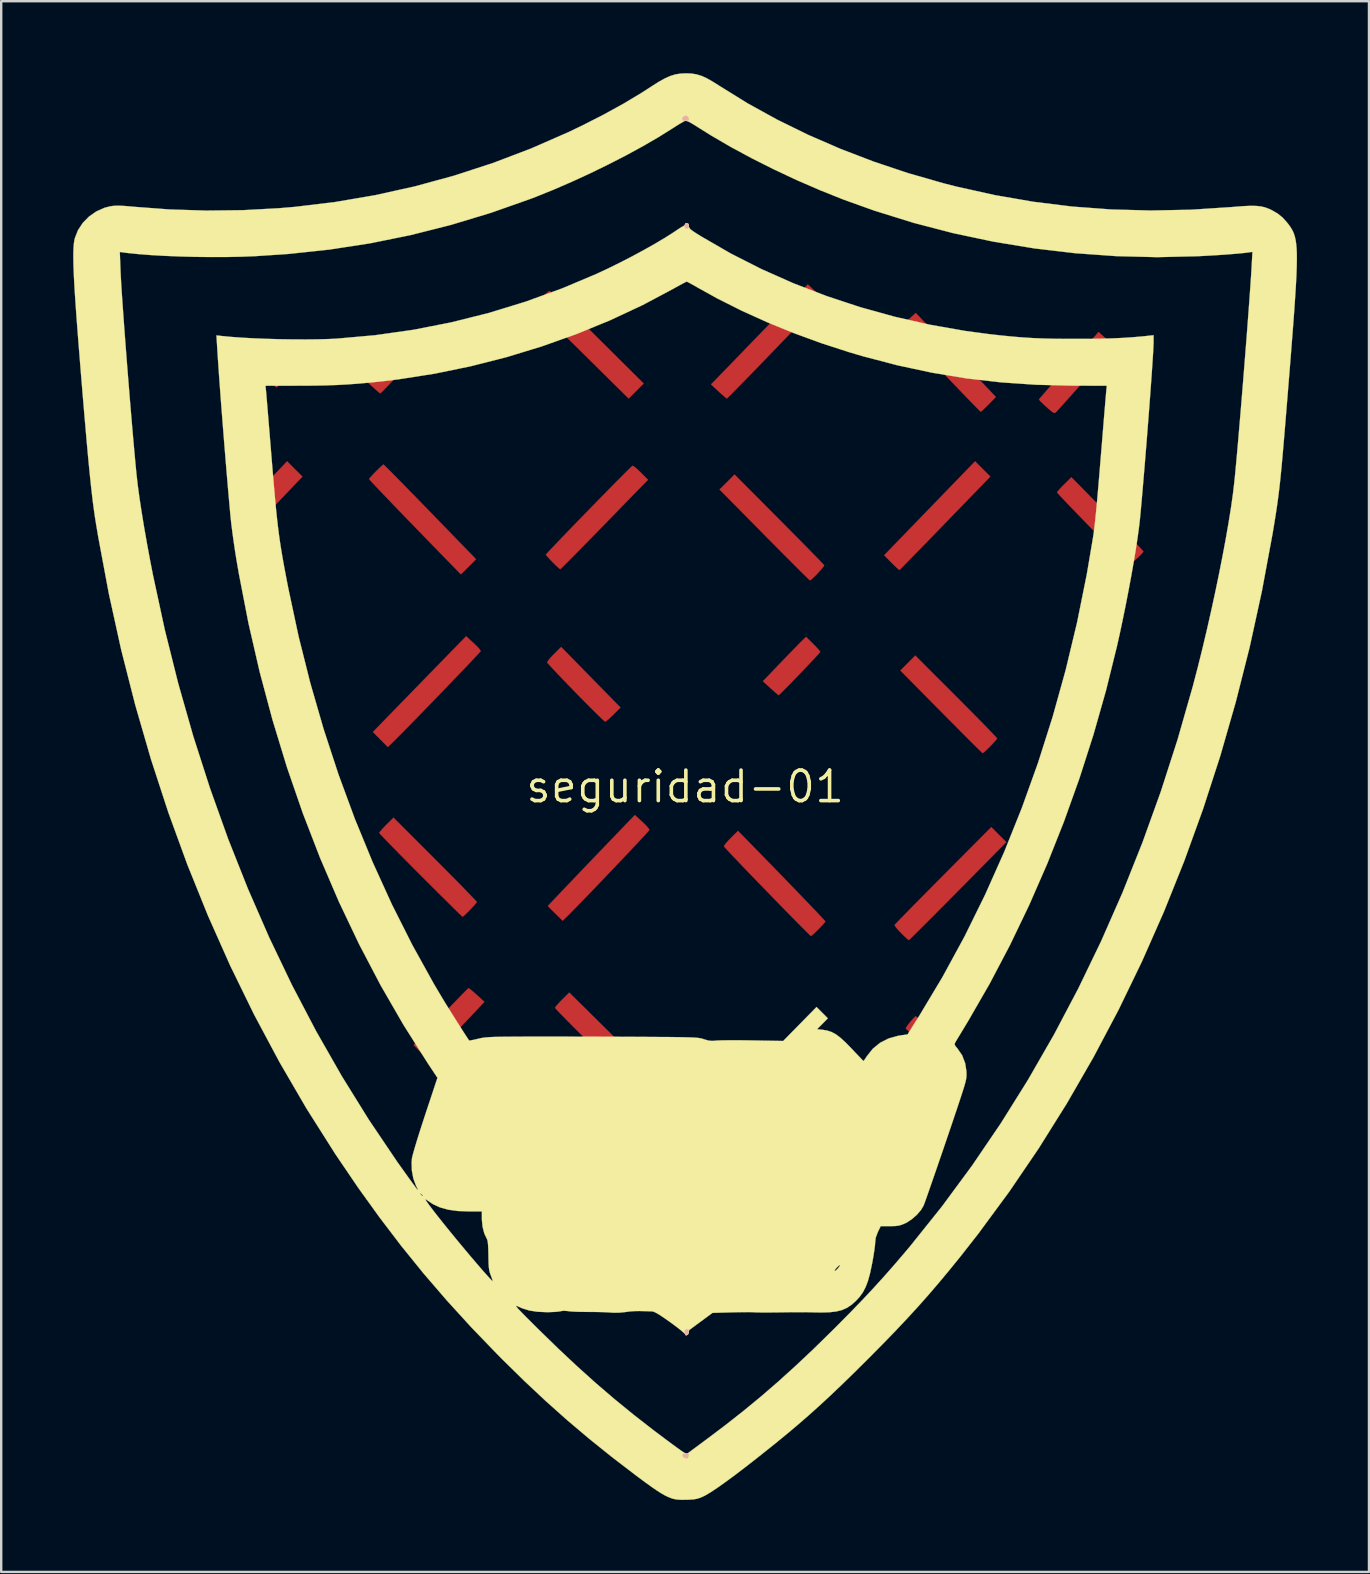
<source format=kicad_pcb>
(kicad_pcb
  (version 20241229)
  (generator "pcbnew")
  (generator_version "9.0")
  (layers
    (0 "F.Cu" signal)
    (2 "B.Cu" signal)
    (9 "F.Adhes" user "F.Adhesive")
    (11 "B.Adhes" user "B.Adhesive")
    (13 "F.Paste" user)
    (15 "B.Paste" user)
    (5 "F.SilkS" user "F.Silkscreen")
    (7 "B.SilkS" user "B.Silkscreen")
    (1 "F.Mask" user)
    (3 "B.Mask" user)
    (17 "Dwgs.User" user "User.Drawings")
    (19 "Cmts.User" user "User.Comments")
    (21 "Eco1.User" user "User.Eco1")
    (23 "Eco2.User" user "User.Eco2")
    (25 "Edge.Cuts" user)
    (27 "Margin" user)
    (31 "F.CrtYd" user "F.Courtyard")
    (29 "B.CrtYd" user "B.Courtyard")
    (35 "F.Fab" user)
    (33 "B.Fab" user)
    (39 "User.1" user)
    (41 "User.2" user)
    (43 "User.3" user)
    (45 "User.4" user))
  (footprint "seguridad-01"
    (layer "F.Cu")
    (at 25.492 29.722)
    (property "Reference" "seguridad-01" (at 0 0 0) (layer "F.SilkS") (effects (font (size 1.27 1.27) (thickness 0.15))))
    (attr through_hole)
    (fp_poly (pts (xy 0.132 -23.443) (xy 0.155 -23.363) (xy 0.147 -23.28) (xy 0.092 -23.252) (xy 0.07 -23.252) (xy 0.000432 -23.27) (xy -0.019 -23.34) (xy -0.019 -23.363) (xy 0.006 -23.45) (xy 0.066 -23.474) (xy 0.132 -23.443)) (stroke (width 0.01) (type solid)) (fill yes) (layer "F.Cu"))
    (fp_poly (pts (xy 0.143 22.628) (xy 0.153 22.707) (xy 0.151 22.722) (xy 0.119 22.818) (xy 0.066 22.851) (xy 0.013 22.819) (xy -0.01 22.757) (xy -0.017 22.656) (xy 0.024 22.613) (xy 0.089 22.606) (xy 0.143 22.628)) (stroke (width 0.01) (type solid)) (fill yes) (layer "F.Cu"))
    (fp_poly (pts (xy 0.1 -27.919) (xy 0.104 -27.915) (xy 0.164 -27.826) (xy 0.146 -27.764) (xy 0.053 -27.738) (xy 0.046 -27.738) (xy -0.05 -27.743) (xy -0.102 -27.76) (xy -0.125 -27.831) (xy -0.074 -27.908) (xy -0.044 -27.929) (xy 0.033 -27.958) (xy 0.1 -27.919)) (stroke (width 0.01) (type solid)) (fill yes) (layer "F.Cu"))
    (fp_poly (pts (xy 0.045 27.78) (xy 0.135 27.794) (xy 0.153 27.835) (xy 0.15 27.844) (xy 0.129 27.923) (xy 0.127 27.943) (xy 0.095 27.978) (xy 0.023 27.978) (xy -0.054 27.946) (xy -0.083 27.921) (xy -0.115 27.845) (xy -0.072 27.796) (xy 0.042 27.78) (xy 0.045 27.78)) (stroke (width 0.01) (type solid)) (fill yes) (layer "F.Cu"))
    (fp_poly (pts (xy 12.714 -12.918) (xy 10.834 -10.978) (xy 10.507 -10.64) (xy 10.197 -10.321) (xy 9.909 -10.025) (xy 9.649 -9.758) (xy 9.421 -9.524) (xy 9.231 -9.329) (xy 9.083 -9.179) (xy 8.983 -9.077) (xy 8.935 -9.03) (xy 8.932 -9.027) (xy 8.895 -9.051) (xy 8.812 -9.123) (xy 8.697 -9.232) (xy 8.6 -9.328) (xy 8.291 -9.64) (xy 12.079 -13.553) (xy 12.714 -12.918)) (stroke (width 0.01) (type solid)) (fill yes) (layer "F.Cu"))
    (fp_poly (pts (xy -5.607 -20.618) (xy -5.514 -20.532) (xy -5.372 -20.397) (xy -5.185 -20.216) (xy -4.959 -19.996) (xy -4.699 -19.742) (xy -4.41 -19.457) (xy -4.097 -19.149) (xy -3.766 -18.82) (xy -3.661 -18.716) (xy -1.727 -16.795) (xy -2.039 -16.482) (xy -2.352 -16.17) (xy -6.287 -20.058) (xy -5.99 -20.359) (xy -5.86 -20.486) (xy -5.749 -20.584) (xy -5.67 -20.64) (xy -5.645 -20.649) (xy -5.607 -20.618)) (stroke (width 0.01) (type solid)) (fill yes) (layer "F.Cu"))
    (fp_poly (pts (xy -17.032 -17.855) (xy -16.405 -17.231) (xy -16.7 -16.934) (xy -16.828 -16.808) (xy -16.935 -16.708) (xy -17.007 -16.649) (xy -17.027 -16.637) (xy -17.066 -16.665) (xy -17.155 -16.744) (xy -17.286 -16.864) (xy -17.447 -17.016) (xy -17.629 -17.192) (xy -17.653 -17.214) (xy -17.835 -17.393) (xy -17.995 -17.553) (xy -18.123 -17.685) (xy -18.209 -17.777) (xy -18.245 -17.822) (xy -18.246 -17.824) (xy -18.218 -17.867) (xy -18.145 -17.956) (xy -18.037 -18.076) (xy -17.952 -18.168) (xy -17.658 -18.479) (xy -17.032 -17.855)) (stroke (width 0.01) (type solid)) (fill yes) (layer "F.Cu"))
    (fp_poly (pts (xy -16.264 -13.236) (xy -15.945 -12.917) (xy -16.763 -12.057) (xy -16.985 -11.825) (xy -17.195 -11.605) (xy -17.384 -11.407) (xy -17.543 -11.24) (xy -17.662 -11.116) (xy -17.733 -11.043) (xy -17.734 -11.041) (xy -17.886 -10.886) (xy -18.199 -11.172) (xy -18.329 -11.298) (xy -18.429 -11.405) (xy -18.487 -11.481) (xy -18.495 -11.507) (xy -18.463 -11.548) (xy -18.379 -11.643) (xy -18.251 -11.784) (xy -18.086 -11.963) (xy -17.89 -12.173) (xy -17.671 -12.406) (xy -17.53 -12.555) (xy -16.582 -13.555) (xy -16.264 -13.236)) (stroke (width 0.01) (type solid)) (fill yes) (layer "F.Cu"))
    (fp_poly (pts (xy -8.984 8.417) (xy -8.895 8.486) (xy -8.774 8.59) (xy -8.679 8.675) (xy -8.362 8.965) (xy -8.855 9.488) (xy -9.042 9.686) (xy -9.269 9.925) (xy -9.518 10.184) (xy -9.769 10.446) (xy -10.005 10.689) (xy -10.018 10.703) (xy -10.689 11.395) (xy -11 11.079) (xy -11.311 10.763) (xy -10.184 9.583) (xy -9.932 9.321) (xy -9.699 9.078) (xy -9.489 8.862) (xy -9.311 8.679) (xy -9.171 8.535) (xy -9.074 8.439) (xy -9.028 8.396) (xy -9.026 8.394) (xy -8.984 8.417)) (stroke (width 0.01) (type solid)) (fill yes) (layer "F.Cu"))
    (fp_poly (pts (xy 11.292 -3.758) (xy 11.605 -3.443) (xy 11.9 -3.146) (xy 12.171 -2.872) (xy 12.413 -2.626) (xy 12.62 -2.413) (xy 12.787 -2.24) (xy 12.909 -2.111) (xy 12.98 -2.033) (xy 12.996 -2.01) (xy 12.968 -1.965) (xy 12.895 -1.879) (xy 12.792 -1.767) (xy 12.675 -1.648) (xy 12.562 -1.536) (xy 12.467 -1.448) (xy 12.407 -1.401) (xy 12.397 -1.397) (xy 12.363 -1.426) (xy 12.276 -1.51) (xy 12.139 -1.644) (xy 11.959 -1.822) (xy 11.742 -2.039) (xy 11.491 -2.29) (xy 11.214 -2.569) (xy 10.914 -2.87) (xy 10.669 -3.117) (xy 8.967 -4.838) (xy 9.277 -5.15) (xy 9.587 -5.462) (xy 11.292 -3.758)) (stroke (width 0.01) (type solid)) (fill yes) (layer "F.Cu"))
    (fp_poly (pts (xy 17.59 -11.367) (xy 17.882 -11.068) (xy 18.156 -10.787) (xy 18.405 -10.53) (xy 18.625 -10.302) (xy 18.808 -10.109) (xy 18.95 -9.957) (xy 19.046 -9.853) (xy 19.089 -9.801) (xy 19.09 -9.797) (xy 19.061 -9.751) (xy 18.982 -9.663) (xy 18.866 -9.549) (xy 18.779 -9.47) (xy 18.466 -9.188) (xy 16.98 -10.706) (xy 16.689 -11.004) (xy 16.417 -11.284) (xy 16.17 -11.54) (xy 15.952 -11.766) (xy 15.77 -11.958) (xy 15.63 -12.107) (xy 15.536 -12.21) (xy 15.495 -12.259) (xy 15.494 -12.262) (xy 15.522 -12.306) (xy 15.599 -12.394) (xy 15.71 -12.512) (xy 15.793 -12.595) (xy 16.092 -12.89) (xy 17.59 -11.367)) (stroke (width 0.01) (type solid)) (fill yes) (layer "F.Cu"))
    (fp_poly (pts (xy -11.68 -18.627) (xy -11.592 -18.548) (xy -11.473 -18.437) (xy -11.392 -18.359) (xy -11.093 -18.07) (xy -11.886 -17.227) (xy -12.094 -17.005) (xy -12.284 -16.806) (xy -12.447 -16.636) (xy -12.575 -16.504) (xy -12.662 -16.417) (xy -12.699 -16.383) (xy -12.7 -16.383) (xy -12.738 -16.41) (xy -12.824 -16.483) (xy -12.943 -16.589) (xy -13.039 -16.676) (xy -13.356 -16.968) (xy -13.163 -17.173) (xy -13.074 -17.268) (xy -12.94 -17.411) (xy -12.772 -17.589) (xy -12.584 -17.789) (xy -12.388 -17.998) (xy -12.362 -18.025) (xy -12.18 -18.217) (xy -12.017 -18.385) (xy -11.881 -18.52) (xy -11.782 -18.614) (xy -11.728 -18.658) (xy -11.723 -18.66) (xy -11.68 -18.627)) (stroke (width 0.01) (type solid)) (fill yes) (layer "F.Cu"))
    (fp_poly (pts (xy 3.919 -11.134) (xy 4.247 -10.804) (xy 4.557 -10.491) (xy 4.844 -10.201) (xy 5.103 -9.938) (xy 5.328 -9.709) (xy 5.515 -9.517) (xy 5.658 -9.369) (xy 5.752 -9.269) (xy 5.793 -9.223) (xy 5.794 -9.222) (xy 5.772 -9.178) (xy 5.704 -9.091) (xy 5.606 -8.98) (xy 5.493 -8.858) (xy 5.38 -8.743) (xy 5.283 -8.652) (xy 5.217 -8.6) (xy 5.202 -8.594) (xy 5.168 -8.623) (xy 5.079 -8.708) (xy 4.942 -8.842) (xy 4.76 -9.022) (xy 4.54 -9.242) (xy 4.286 -9.496) (xy 4.003 -9.78) (xy 3.696 -10.089) (xy 3.371 -10.418) (xy 3.304 -10.486) (xy 1.435 -12.378) (xy 1.748 -12.69) (xy 2.06 -13.002) (xy 3.919 -11.134)) (stroke (width 0.01) (type solid)) (fill yes) (layer "F.Cu"))
    (fp_poly (pts (xy 5.335 -5.947) (xy 5.461 -5.819) (xy 5.56 -5.711) (xy 5.619 -5.638) (xy 5.63 -5.617) (xy 5.602 -5.58) (xy 5.524 -5.491) (xy 5.404 -5.361) (xy 5.252 -5.198) (xy 5.076 -5.012) (xy 4.886 -4.813) (xy 4.69 -4.609) (xy 4.498 -4.41) (xy 4.318 -4.225) (xy 4.158 -4.063) (xy 4.029 -3.934) (xy 3.939 -3.847) (xy 3.897 -3.812) (xy 3.896 -3.811) (xy 3.857 -3.839) (xy 3.771 -3.912) (xy 3.651 -4.018) (xy 3.557 -4.103) (xy 3.24 -4.393) (xy 4.008 -5.192) (xy 4.222 -5.414) (xy 4.423 -5.622) (xy 4.603 -5.806) (xy 4.75 -5.958) (xy 4.857 -6.065) (xy 4.907 -6.115) (xy 5.039 -6.24) (xy 5.335 -5.947)) (stroke (width 0.01) (type solid)) (fill yes) (layer "F.Cu"))
    (fp_poly (pts (xy 13.067 1.998) (xy 13.379 2.31) (xy 11.364 4.351) (xy 11.023 4.696) (xy 10.699 5.023) (xy 10.398 5.326) (xy 10.123 5.601) (xy 9.881 5.843) (xy 9.676 6.047) (xy 9.512 6.209) (xy 9.396 6.322) (xy 9.331 6.383) (xy 9.319 6.392) (xy 9.279 6.364) (xy 9.194 6.288) (xy 9.078 6.178) (xy 9 6.1) (xy 8.878 5.971) (xy 8.785 5.862) (xy 8.733 5.787) (xy 8.726 5.765) (xy 8.758 5.728) (xy 8.845 5.637) (xy 8.981 5.495) (xy 9.163 5.309) (xy 9.384 5.083) (xy 9.641 4.822) (xy 9.928 4.531) (xy 10.24 4.216) (xy 10.572 3.881) (xy 10.748 3.703) (xy 12.755 1.685) (xy 13.067 1.998)) (stroke (width 0.01) (type solid)) (fill yes) (layer "F.Cu"))
    (fp_poly (pts (xy -4.833 -5.481) (xy -4.716 -5.362) (xy -4.552 -5.194) (xy -4.35 -4.989) (xy -4.123 -4.756) (xy -3.881 -4.509) (xy -3.635 -4.258) (xy -3.598 -4.221) (xy -2.694 -3.298) (xy -2.986 -3.004) (xy -3.116 -2.878) (xy -3.228 -2.779) (xy -3.305 -2.72) (xy -3.329 -2.709) (xy -3.369 -2.739) (xy -3.461 -2.822) (xy -3.599 -2.954) (xy -3.775 -3.127) (xy -3.985 -3.336) (xy -4.22 -3.572) (xy -4.474 -3.831) (xy -4.558 -3.917) (xy -4.816 -4.183) (xy -5.056 -4.431) (xy -5.27 -4.655) (xy -5.452 -4.847) (xy -5.596 -5.002) (xy -5.696 -5.111) (xy -5.744 -5.17) (xy -5.748 -5.176) (xy -5.724 -5.227) (xy -5.652 -5.32) (xy -5.543 -5.44) (xy -5.462 -5.524) (xy -5.164 -5.819) (xy -4.833 -5.481)) (stroke (width 0.01) (type solid)) (fill yes) (layer "F.Cu"))
    (fp_poly (pts (xy -8.814 -5.984) (xy -8.684 -5.86) (xy -8.583 -5.751) (xy -8.526 -5.674) (xy -8.518 -5.648) (xy -8.548 -5.61) (xy -8.632 -5.517) (xy -8.762 -5.377) (xy -8.934 -5.195) (xy -9.14 -4.978) (xy -9.375 -4.732) (xy -9.633 -4.463) (xy -9.907 -4.178) (xy -10.191 -3.883) (xy -10.48 -3.584) (xy -10.767 -3.288) (xy -11.046 -3.001) (xy -11.311 -2.729) (xy -11.556 -2.479) (xy -11.775 -2.257) (xy -11.961 -2.07) (xy -12.074 -1.958) (xy -12.385 -1.651) (xy -12.696 -1.964) (xy -13.007 -2.278) (xy -11.345 -3.986) (xy -11.027 -4.312) (xy -10.719 -4.629) (xy -10.427 -4.928) (xy -10.158 -5.204) (xy -9.919 -5.45) (xy -9.715 -5.659) (xy -9.554 -5.824) (xy -9.441 -5.939) (xy -9.403 -5.979) (xy -9.123 -6.264) (xy -8.814 -5.984)) (stroke (width 0.01) (type solid)) (fill yes) (layer "F.Cu"))
    (fp_poly (pts (xy -1.266 16.129) (xy -1.18 16.203) (xy -1.067 16.302) (xy -1.06 16.309) (xy -0.838 16.51) (xy -1.178 16.88) (xy -1.286 16.996) (xy -1.446 17.161) (xy -1.647 17.367) (xy -1.881 17.605) (xy -2.138 17.866) (xy -2.41 18.139) (xy -2.687 18.416) (xy -2.697 18.426) (xy -3.875 19.602) (xy -4.102 19.372) (xy -4.208 19.257) (xy -4.283 19.161) (xy -4.313 19.103) (xy -4.312 19.097) (xy -4.28 19.057) (xy -4.194 18.966) (xy -4.063 18.829) (xy -3.893 18.655) (xy -3.692 18.45) (xy -3.465 18.22) (xy -3.22 17.974) (xy -2.965 17.718) (xy -2.705 17.458) (xy -2.448 17.202) (xy -2.201 16.957) (xy -1.97 16.729) (xy -1.763 16.526) (xy -1.587 16.354) (xy -1.448 16.221) (xy -1.353 16.133) (xy -1.311 16.097) (xy -1.309 16.097) (xy -1.266 16.129)) (stroke (width 0.01) (type solid)) (fill yes) (layer "F.Cu"))
    (fp_poly (pts (xy 9.646 9.594) (xy 9.739 9.669) (xy 9.874 9.781) (xy 10.04 9.922) (xy 10.225 10.083) (xy 10.42 10.254) (xy 10.614 10.426) (xy 10.796 10.589) (xy 10.956 10.735) (xy 11.083 10.853) (xy 11.167 10.935) (xy 11.197 10.972) (xy 11.172 11.02) (xy 11.108 11.11) (xy 11.022 11.221) (xy 10.932 11.331) (xy 10.852 11.419) (xy 10.802 11.466) (xy 10.795 11.469) (xy 10.759 11.443) (xy 10.667 11.368) (xy 10.53 11.253) (xy 10.356 11.105) (xy 10.153 10.931) (xy 9.991 10.791) (xy 9.773 10.601) (xy 9.578 10.428) (xy 9.413 10.281) (xy 9.289 10.167) (xy 9.213 10.095) (xy 9.193 10.072) (xy 9.213 10.026) (xy 9.273 9.937) (xy 9.357 9.828) (xy 9.45 9.717) (xy 9.533 9.625) (xy 9.592 9.573) (xy 9.604 9.567) (xy 9.646 9.594)) (stroke (width 0.01) (type solid)) (fill yes) (layer "F.Cu"))
    (fp_poly (pts (xy 9.964 -19.36) (xy 10.069 -19.249) (xy 10.225 -19.085) (xy 10.423 -18.878) (xy 10.655 -18.635) (xy 10.913 -18.364) (xy 11.189 -18.075) (xy 11.474 -17.777) (xy 11.633 -17.611) (xy 12.946 -16.235) (xy 12.644 -15.928) (xy 12.515 -15.799) (xy 12.408 -15.697) (xy 12.336 -15.635) (xy 12.314 -15.621) (xy 12.28 -15.651) (xy 12.194 -15.737) (xy 12.06 -15.873) (xy 11.883 -16.054) (xy 11.669 -16.275) (xy 11.424 -16.53) (xy 11.152 -16.814) (xy 10.859 -17.121) (xy 10.63 -17.361) (xy 10.325 -17.682) (xy 10.038 -17.985) (xy 9.775 -18.265) (xy 9.54 -18.515) (xy 9.339 -18.73) (xy 9.177 -18.905) (xy 9.059 -19.034) (xy 8.99 -19.111) (xy 8.975 -19.132) (xy 9.004 -19.171) (xy 9.084 -19.253) (xy 9.2 -19.364) (xy 9.292 -19.448) (xy 9.609 -19.733) (xy 9.964 -19.36)) (stroke (width 0.01) (type solid)) (fill yes) (layer "F.Cu"))
    (fp_poly (pts (xy -10.414 3.027) (xy -10.097 3.345) (xy -9.799 3.645) (xy -9.525 3.922) (xy -9.28 4.171) (xy -9.07 4.387) (xy -8.899 4.564) (xy -8.774 4.696) (xy -8.699 4.779) (xy -8.678 4.806) (xy -8.706 4.849) (xy -8.779 4.935) (xy -8.881 5.046) (xy -8.997 5.166) (xy -9.109 5.278) (xy -9.203 5.367) (xy -9.262 5.414) (xy -9.272 5.419) (xy -9.305 5.39) (xy -9.392 5.306) (xy -9.529 5.173) (xy -9.709 4.995) (xy -9.927 4.779) (xy -10.179 4.53) (xy -10.458 4.252) (xy -10.759 3.952) (xy -11.017 3.693) (xy -11.333 3.377) (xy -11.63 3.078) (xy -11.903 2.802) (xy -12.147 2.553) (xy -12.356 2.339) (xy -12.525 2.163) (xy -12.649 2.032) (xy -12.723 1.95) (xy -12.742 1.925) (xy -12.714 1.878) (xy -12.638 1.788) (xy -12.526 1.669) (xy -12.446 1.587) (xy -12.149 1.292) (xy -10.414 3.027)) (stroke (width 0.01) (type solid)) (fill yes) (layer "F.Cu"))
    (fp_poly (pts (xy -3.292 10.095) (xy -2.975 10.409) (xy -2.661 10.72) (xy -2.357 11.02) (xy -2.073 11.3) (xy -1.817 11.554) (xy -1.596 11.772) (xy -1.419 11.947) (xy -1.293 12.07) (xy -1.292 12.072) (xy -0.827 12.53) (xy -1.121 12.827) (xy -1.251 12.953) (xy -1.361 13.052) (xy -1.436 13.111) (xy -1.459 13.123) (xy -1.496 13.093) (xy -1.588 13.01) (xy -1.73 12.876) (xy -1.917 12.698) (xy -2.143 12.481) (xy -2.403 12.228) (xy -2.693 11.946) (xy -3.007 11.638) (xy -3.34 11.311) (xy -3.461 11.193) (xy -3.799 10.859) (xy -4.118 10.542) (xy -4.414 10.247) (xy -4.682 9.979) (xy -4.916 9.742) (xy -5.111 9.543) (xy -5.263 9.387) (xy -5.366 9.277) (xy -5.415 9.22) (xy -5.419 9.213) (xy -5.39 9.164) (xy -5.314 9.071) (xy -5.202 8.95) (xy -5.123 8.87) (xy -4.828 8.577) (xy -3.292 10.095)) (stroke (width 0.01) (type solid)) (fill yes) (layer "F.Cu"))
    (fp_poly (pts (xy 2.945 16.585) (xy 3.022 16.675) (xy 3.136 16.814) (xy 3.279 16.992) (xy 3.445 17.2) (xy 3.625 17.429) (xy 3.812 17.669) (xy 3.999 17.911) (xy 4.18 18.146) (xy 4.346 18.363) (xy 4.49 18.554) (xy 4.605 18.71) (xy 4.684 18.82) (xy 4.719 18.876) (xy 4.72 18.88) (xy 4.69 18.916) (xy 4.613 18.988) (xy 4.509 19.079) (xy 4.398 19.172) (xy 4.299 19.25) (xy 4.232 19.297) (xy 4.217 19.304) (xy 4.191 19.272) (xy 4.119 19.18) (xy 4.006 19.037) (xy 3.86 18.849) (xy 3.686 18.625) (xy 3.49 18.372) (xy 3.312 18.143) (xy 3.102 17.87) (xy 2.909 17.617) (xy 2.739 17.393) (xy 2.599 17.206) (xy 2.494 17.063) (xy 2.43 16.972) (xy 2.413 16.941) (xy 2.444 16.899) (xy 2.525 16.825) (xy 2.632 16.737) (xy 2.746 16.651) (xy 2.845 16.584) (xy 2.907 16.553) (xy 2.912 16.552) (xy 2.945 16.585)) (stroke (width 0.01) (type solid)) (fill yes) (layer "F.Cu"))
    (fp_poly (pts (xy -12.531 -13.39) (xy -12.444 -13.305) (xy -12.308 -13.169) (xy -12.128 -12.987) (xy -11.909 -12.764) (xy -11.656 -12.507) (xy -11.374 -12.218) (xy -11.067 -11.904) (xy -10.742 -11.57) (xy -10.623 -11.447) (xy -8.709 -9.475) (xy -9.021 -9.161) (xy -9.15 -9.032) (xy -9.255 -8.929) (xy -9.322 -8.864) (xy -9.341 -8.848) (xy -9.371 -8.877) (xy -9.455 -8.962) (xy -9.588 -9.098) (xy -9.765 -9.28) (xy -9.982 -9.502) (xy -10.233 -9.76) (xy -10.513 -10.048) (xy -10.817 -10.361) (xy -11.142 -10.695) (xy -11.257 -10.814) (xy -11.587 -11.154) (xy -11.899 -11.477) (xy -12.188 -11.777) (xy -12.448 -12.049) (xy -12.677 -12.288) (xy -12.867 -12.489) (xy -13.015 -12.646) (xy -13.115 -12.755) (xy -13.162 -12.81) (xy -13.166 -12.815) (xy -13.137 -12.858) (xy -13.063 -12.942) (xy -12.96 -13.052) (xy -12.843 -13.17) (xy -12.729 -13.281) (xy -12.634 -13.368) (xy -12.575 -13.416) (xy -12.565 -13.42) (xy -12.531 -13.39)) (stroke (width 0.01) (type solid)) (fill yes) (layer "F.Cu"))
    (fp_poly (pts (xy -1.785 1.465) (xy -1.655 1.591) (xy -1.555 1.7) (xy -1.498 1.778) (xy -1.49 1.805) (xy -1.521 1.843) (xy -1.603 1.936) (xy -1.732 2.077) (xy -1.902 2.259) (xy -2.104 2.475) (xy -2.335 2.72) (xy -2.586 2.986) (xy -2.852 3.266) (xy -3.127 3.555) (xy -3.405 3.846) (xy -3.678 4.132) (xy -3.942 4.406) (xy -4.188 4.662) (xy -4.413 4.894) (xy -4.608 5.094) (xy -4.768 5.256) (xy -4.876 5.364) (xy -5.101 5.585) (xy -5.408 5.285) (xy -5.537 5.158) (xy -5.639 5.055) (xy -5.701 4.988) (xy -5.715 4.969) (xy -5.687 4.938) (xy -5.606 4.851) (xy -5.478 4.716) (xy -5.31 4.539) (xy -5.107 4.325) (xy -4.875 4.082) (xy -4.621 3.816) (xy -4.35 3.532) (xy -4.068 3.238) (xy -3.782 2.939) (xy -3.497 2.642) (xy -3.219 2.352) (xy -2.955 2.077) (xy -2.71 1.822) (xy -2.49 1.594) (xy -2.302 1.399) (xy -2.248 1.344) (xy -2.093 1.184) (xy -1.785 1.465)) (stroke (width 0.01) (type solid)) (fill yes) (layer "F.Cu"))
    (fp_poly (pts (xy 2.534 2.181) (xy 2.893 2.548) (xy 3.253 2.917) (xy 3.609 3.281) (xy 3.955 3.637) (xy 4.286 3.98) (xy 4.599 4.303) (xy 4.887 4.602) (xy 5.147 4.873) (xy 5.373 5.109) (xy 5.56 5.306) (xy 5.703 5.46) (xy 5.798 5.563) (xy 5.84 5.613) (xy 5.842 5.616) (xy 5.814 5.66) (xy 5.74 5.745) (xy 5.636 5.855) (xy 5.519 5.974) (xy 5.405 6.085) (xy 5.31 6.172) (xy 5.25 6.219) (xy 5.24 6.223) (xy 5.207 6.193) (xy 5.119 6.108) (xy 4.983 5.973) (xy 4.804 5.792) (xy 4.586 5.572) (xy 4.335 5.317) (xy 4.057 5.032) (xy 3.755 4.723) (xy 3.436 4.395) (xy 3.421 4.38) (xy 3.101 4.05) (xy 2.799 3.738) (xy 2.52 3.448) (xy 2.27 3.186) (xy 2.052 2.958) (xy 1.873 2.768) (xy 1.738 2.623) (xy 1.651 2.527) (xy 1.618 2.486) (xy 1.618 2.486) (xy 1.642 2.436) (xy 1.714 2.343) (xy 1.823 2.222) (xy 1.904 2.138) (xy 2.202 1.843) (xy 2.534 2.181)) (stroke (width 0.01) (type solid)) (fill yes) (layer "F.Cu"))
    (fp_poly (pts (xy 5.415 -20.635) (xy 5.543 -20.508) (xy 5.642 -20.397) (xy 5.698 -20.319) (xy 5.706 -20.293) (xy 5.676 -20.255) (xy 5.593 -20.163) (xy 5.462 -20.023) (xy 5.291 -19.84) (xy 5.084 -19.622) (xy 4.847 -19.373) (xy 4.587 -19.101) (xy 4.31 -18.811) (xy 4.02 -18.509) (xy 3.725 -18.202) (xy 3.429 -17.896) (xy 3.14 -17.596) (xy 2.862 -17.309) (xy 2.601 -17.041) (xy 2.364 -16.798) (xy 2.157 -16.586) (xy 1.984 -16.411) (xy 1.853 -16.28) (xy 1.769 -16.198) (xy 1.737 -16.171) (xy 1.699 -16.198) (xy 1.612 -16.271) (xy 1.493 -16.377) (xy 1.397 -16.464) (xy 1.079 -16.757) (xy 1.463 -17.152) (xy 1.573 -17.265) (xy 1.734 -17.431) (xy 1.937 -17.641) (xy 2.176 -17.888) (xy 2.44 -18.162) (xy 2.724 -18.455) (xy 3.018 -18.759) (xy 3.238 -18.986) (xy 3.528 -19.287) (xy 3.808 -19.577) (xy 4.071 -19.849) (xy 4.309 -20.095) (xy 4.516 -20.309) (xy 4.685 -20.483) (xy 4.807 -20.61) (xy 4.869 -20.674) (xy 5.111 -20.922) (xy 5.415 -20.635)) (stroke (width 0.01) (type solid)) (fill yes) (layer "F.Cu"))
    (fp_poly (pts (xy 17.542 -18.654) (xy 17.677 -18.53) (xy 17.784 -18.427) (xy 17.85 -18.357) (xy 17.865 -18.335) (xy 17.838 -18.3) (xy 17.761 -18.21) (xy 17.642 -18.072) (xy 17.488 -17.895) (xy 17.306 -17.686) (xy 17.102 -17.454) (xy 16.883 -17.207) (xy 16.658 -16.951) (xy 16.431 -16.696) (xy 16.212 -16.449) (xy 16.006 -16.218) (xy 15.821 -16.011) (xy 15.663 -15.835) (xy 15.54 -15.7) (xy 15.459 -15.612) (xy 15.454 -15.607) (xy 15.417 -15.575) (xy 15.378 -15.568) (xy 15.324 -15.593) (xy 15.239 -15.657) (xy 15.109 -15.768) (xy 15.055 -15.816) (xy 14.921 -15.939) (xy 14.816 -16.041) (xy 14.753 -16.112) (xy 14.742 -16.134) (xy 14.772 -16.172) (xy 14.852 -16.265) (xy 14.977 -16.408) (xy 15.14 -16.594) (xy 15.336 -16.815) (xy 15.558 -17.065) (xy 15.8 -17.336) (xy 15.896 -17.443) (xy 16.148 -17.726) (xy 16.386 -17.992) (xy 16.602 -18.234) (xy 16.79 -18.446) (xy 16.943 -18.619) (xy 17.056 -18.746) (xy 17.12 -18.82) (xy 17.13 -18.831) (xy 17.22 -18.942) (xy 17.542 -18.654)) (stroke (width 0.01) (type solid)) (fill yes) (layer "F.Cu"))
    (fp_poly (pts (xy -2.14 -13.344) (xy -2.046 -13.272) (xy -1.926 -13.163) (xy -1.842 -13.082) (xy -1.547 -12.784) (xy -1.93 -12.393) (xy -2.038 -12.282) (xy -2.198 -12.118) (xy -2.401 -11.909) (xy -2.64 -11.665) (xy -2.905 -11.391) (xy -3.191 -11.098) (xy -3.488 -10.793) (xy -3.744 -10.53) (xy -4.029 -10.238) (xy -4.296 -9.965) (xy -4.54 -9.717) (xy -4.755 -9.5) (xy -4.934 -9.32) (xy -5.072 -9.182) (xy -5.163 -9.094) (xy -5.202 -9.06) (xy -5.203 -9.059) (xy -5.243 -9.088) (xy -5.327 -9.163) (xy -5.442 -9.273) (xy -5.515 -9.346) (xy -5.638 -9.473) (xy -5.734 -9.578) (xy -5.79 -9.646) (xy -5.8 -9.664) (xy -5.771 -9.7) (xy -5.689 -9.791) (xy -5.56 -9.928) (xy -5.39 -10.107) (xy -5.186 -10.321) (xy -4.953 -10.563) (xy -4.699 -10.827) (xy -4.428 -11.106) (xy -4.148 -11.394) (xy -3.864 -11.685) (xy -3.584 -11.972) (xy -3.312 -12.249) (xy -3.056 -12.51) (xy -2.821 -12.747) (xy -2.614 -12.956) (xy -2.441 -13.128) (xy -2.309 -13.259) (xy -2.223 -13.341) (xy -2.19 -13.368) (xy -2.14 -13.344)) (stroke (width 0.01) (type solid)) (fill yes) (layer "F.Cu"))
    (fp_poly (pts (xy 0.445 -9.503) (xy 0.987 -9.425) (xy 1.514 -9.278) (xy 2.019 -9.066) (xy 2.493 -8.791) (xy 2.929 -8.453) (xy 3.32 -8.055) (xy 3.659 -7.599) (xy 3.8 -7.359) (xy 4.046 -6.838) (xy 4.213 -6.308) (xy 4.305 -5.755) (xy 4.328 -5.313) (xy 4.293 -4.709) (xy 4.179 -4.133) (xy 3.984 -3.584) (xy 3.708 -3.059) (xy 3.623 -2.927) (xy 3.467 -2.718) (xy 3.268 -2.487) (xy 3.046 -2.257) (xy 2.823 -2.049) (xy 2.621 -1.886) (xy 2.585 -1.86) (xy 2.373 -1.716) (xy 2.404 -1.398) (xy 2.41 -1.292) (xy 2.415 -1.112) (xy 2.42 -0.866) (xy 2.425 -0.565) (xy 2.428 -0.217) (xy 2.431 0.167) (xy 2.433 0.578) (xy 2.433 1.007) (xy 2.433 1.058) (xy 2.433 1.561) (xy 2.432 1.988) (xy 2.429 2.346) (xy 2.425 2.643) (xy 2.417 2.889) (xy 2.406 3.089) (xy 2.39 3.254) (xy 2.37 3.39) (xy 2.343 3.506) (xy 2.31 3.61) (xy 2.269 3.709) (xy 2.22 3.813) (xy 2.169 3.916) (xy 1.937 4.287) (xy 1.647 4.605) (xy 1.309 4.863) (xy 0.933 5.058) (xy 0.528 5.185) (xy 0.105 5.239) (xy -0.326 5.216) (xy -0.584 5.164) (xy -1.005 5.012) (xy -1.383 4.792) (xy -1.712 4.512) (xy -1.983 4.177) (xy -2.188 3.795) (xy -2.268 3.579) (xy -2.374 3.239) (xy -2.359 0.826) (xy -2.355 0.378) (xy -2.351 -0.046) (xy -2.346 -0.438) (xy -2.341 -0.792) (xy -2.335 -1.099) (xy -2.329 -1.35) (xy -2.324 -1.539) (xy -2.318 -1.657) (xy -2.313 -1.693) (xy -2.305 -1.755) (xy -2.33 -1.811) (xy -2.401 -1.878) (xy -2.523 -1.968) (xy -2.865 -2.256) (xy -3.185 -2.611) (xy -3.473 -3.018) (xy -3.717 -3.46) (xy -3.906 -3.923) (xy -3.956 -4.081) (xy -4.083 -4.664) (xy -4.128 -5.247) (xy -4.095 -5.821) (xy -3.986 -6.381) (xy -3.804 -6.919) (xy -3.551 -7.428) (xy -3.23 -7.9) (xy -2.844 -8.329) (xy -2.395 -8.707) (xy -2.23 -8.821) (xy -1.724 -9.107) (xy -1.197 -9.316) (xy -0.654 -9.451) (xy -0.104 -9.513) (xy 0.445 -9.503)) (stroke (width 0.01) (type solid)) (fill yes) (layer "F.Mask"))
    (fp_poly (pts (xy -6.237 3.921) (xy -6.193 3.932) (xy -6.168 3.942) (xy -6.096 3.99) (xy -5.978 4.09) (xy -5.82 4.233) (xy -5.633 4.412) (xy -5.423 4.616) (xy -5.201 4.839) (xy -4.973 5.07) (xy -4.749 5.301) (xy -4.538 5.524) (xy -4.346 5.73) (xy -4.184 5.911) (xy -4.059 6.057) (xy -3.98 6.16) (xy -3.956 6.206) (xy -3.961 6.28) (xy -3.987 6.423) (xy -4.032 6.623) (xy -4.093 6.869) (xy -4.165 7.149) (xy -4.246 7.451) (xy -4.332 7.764) (xy -4.421 8.076) (xy -4.509 8.375) (xy -4.592 8.651) (xy -4.668 8.891) (xy -4.733 9.084) (xy -4.784 9.218) (xy -4.818 9.282) (xy -4.818 9.282) (xy -4.876 9.31) (xy -5.004 9.354) (xy -5.191 9.413) (xy -5.426 9.482) (xy -5.697 9.558) (xy -5.992 9.639) (xy -6.299 9.721) (xy -6.607 9.801) (xy -6.904 9.877) (xy -7.179 9.945) (xy -7.419 10.001) (xy -7.614 10.044) (xy -7.752 10.069) (xy -7.81 10.075) (xy -7.85 10.068) (xy -7.901 10.045) (xy -7.969 9.998) (xy -8.06 9.923) (xy -8.18 9.815) (xy -8.336 9.667) (xy -8.534 9.474) (xy -8.779 9.231) (xy -9.027 8.984) (xy -10.118 7.893) (xy -10.116 7.704) (xy -10.104 7.617) (xy -10.092 7.556) (xy -9.218 7.556) (xy -8.43 8.35) (xy -8.218 8.562) (xy -8.024 8.753) (xy -7.857 8.914) (xy -7.725 9.038) (xy -7.636 9.117) (xy -7.599 9.143) (xy -7.548 9.133) (xy -7.426 9.104) (xy -7.246 9.06) (xy -7.018 9.002) (xy -6.754 8.935) (xy -6.519 8.875) (xy -5.482 8.607) (xy -5.173 7.512) (xy -4.864 6.418) (xy -5.66 5.623) (xy -6.456 4.827) (xy -7.54 5.11) (xy -8.625 5.393) (xy -8.921 6.475) (xy -9.218 7.556) (xy -10.092 7.556) (xy -10.072 7.461) (xy -10.023 7.246) (xy -9.958 6.983) (xy -9.881 6.684) (xy -9.794 6.361) (xy -9.74 6.161) (xy -9.633 5.779) (xy -9.545 5.47) (xy -9.473 5.227) (xy -9.414 5.042) (xy -9.366 4.906) (xy -9.325 4.812) (xy -9.291 4.752) (xy -9.263 4.72) (xy -9.193 4.683) (xy -9.054 4.631) (xy -8.842 4.564) (xy -8.556 4.48) (xy -8.191 4.379) (xy -7.747 4.261) (xy -7.735 4.258) (xy -7.354 4.158) (xy -7.046 4.078) (xy -6.802 4.017) (xy -6.614 3.972) (xy -6.472 3.941) (xy -6.368 3.924) (xy -6.292 3.918) (xy -6.237 3.921)) (stroke (width 0.01) (type solid)) (fill yes) (layer "F.Mask"))
    (fp_poly (pts (xy 8.338 4.807) (xy 8.411 4.838) (xy 8.474 4.887) (xy 8.585 4.988) (xy 8.734 5.133) (xy 8.914 5.311) (xy 9.116 5.515) (xy 9.332 5.737) (xy 9.553 5.966) (xy 9.772 6.196) (xy 9.98 6.417) (xy 10.169 6.62) (xy 10.33 6.797) (xy 10.455 6.939) (xy 10.536 7.038) (xy 10.564 7.082) (xy 10.562 7.159) (xy 10.535 7.313) (xy 10.483 7.543) (xy 10.406 7.851) (xy 10.304 8.239) (xy 10.246 8.453) (xy 10.134 8.863) (xy 10.042 9.198) (xy 9.966 9.467) (xy 9.906 9.679) (xy 9.857 9.84) (xy 9.818 9.959) (xy 9.786 10.043) (xy 9.759 10.101) (xy 9.734 10.14) (xy 9.708 10.168) (xy 9.7 10.176) (xy 9.645 10.2) (xy 9.519 10.241) (xy 9.335 10.296) (xy 9.102 10.362) (xy 8.834 10.436) (xy 8.541 10.515) (xy 8.236 10.596) (xy 7.929 10.676) (xy 7.633 10.752) (xy 7.358 10.821) (xy 7.117 10.879) (xy 6.92 10.924) (xy 6.78 10.953) (xy 6.71 10.962) (xy 6.605 10.941) (xy 6.534 10.91) (xy 6.484 10.868) (xy 6.382 10.773) (xy 6.237 10.632) (xy 6.055 10.452) (xy 5.844 10.242) (xy 5.612 10.007) (xy 5.423 9.815) (xy 5.114 9.497) (xy 4.864 9.235) (xy 4.669 9.024) (xy 4.526 8.862) (xy 4.432 8.744) (xy 4.385 8.668) (xy 4.378 8.648) (xy 4.38 8.572) (xy 4.403 8.438) (xy 5.285 8.438) (xy 6.082 9.235) (xy 6.294 9.447) (xy 6.487 9.638) (xy 6.652 9.8) (xy 6.781 9.924) (xy 6.866 10.005) (xy 6.9 10.033) (xy 6.945 10.022) (xy 7.061 9.994) (xy 7.237 9.95) (xy 7.461 9.893) (xy 7.723 9.826) (xy 7.972 9.761) (xy 8.257 9.687) (xy 8.515 9.62) (xy 8.733 9.561) (xy 8.901 9.515) (xy 9.008 9.484) (xy 9.042 9.472) (xy 9.058 9.427) (xy 9.093 9.312) (xy 9.144 9.137) (xy 9.208 8.914) (xy 9.282 8.652) (xy 9.358 8.379) (xy 9.655 7.306) (xy 8.056 5.707) (xy 6.981 5.99) (xy 6.693 6.066) (xy 6.433 6.135) (xy 6.212 6.194) (xy 6.041 6.241) (xy 5.931 6.273) (xy 5.893 6.285) (xy 5.879 6.327) (xy 5.845 6.441) (xy 5.795 6.614) (xy 5.732 6.836) (xy 5.658 7.097) (xy 5.583 7.368) (xy 5.285 8.438) (xy 4.403 8.438) (xy 4.405 8.429) (xy 4.453 8.216) (xy 4.525 7.93) (xy 4.621 7.568) (xy 4.74 7.134) (xy 4.833 6.802) (xy 4.92 6.494) (xy 4.999 6.22) (xy 5.066 5.99) (xy 5.119 5.814) (xy 5.154 5.702) (xy 5.168 5.667) (xy 5.241 5.581) (xy 5.286 5.549) (xy 5.348 5.527) (xy 5.48 5.487) (xy 5.67 5.434) (xy 5.907 5.369) (xy 6.178 5.297) (xy 6.472 5.219) (xy 6.777 5.14) (xy 7.082 5.061) (xy 7.374 4.987) (xy 7.641 4.92) (xy 7.873 4.863) (xy 8.056 4.82) (xy 8.18 4.793) (xy 8.23 4.785) (xy 8.338 4.807)) (stroke (width 0.01) (type solid)) (fill yes) (layer "F.Mask"))
    (fp_poly (pts (xy 8.281 -10.203) (xy 8.325 -10.194) (xy 8.375 -10.172) (xy 8.436 -10.132) (xy 8.516 -10.066) (xy 8.621 -9.97) (xy 8.758 -9.838) (xy 8.933 -9.663) (xy 9.153 -9.44) (xy 9.424 -9.164) (xy 9.47 -9.117) (xy 9.805 -8.772) (xy 10.079 -8.485) (xy 10.291 -8.255) (xy 10.442 -8.082) (xy 10.533 -7.965) (xy 10.564 -7.909) (xy 10.56 -7.833) (xy 10.535 -7.687) (xy 10.49 -7.485) (xy 10.431 -7.238) (xy 10.359 -6.957) (xy 10.278 -6.654) (xy 10.192 -6.342) (xy 10.104 -6.031) (xy 10.016 -5.733) (xy 9.933 -5.46) (xy 9.857 -5.224) (xy 9.792 -5.036) (xy 9.741 -4.909) (xy 9.71 -4.855) (xy 9.648 -4.824) (xy 9.515 -4.776) (xy 9.322 -4.715) (xy 9.083 -4.644) (xy 8.809 -4.566) (xy 8.51 -4.484) (xy 8.201 -4.402) (xy 7.891 -4.322) (xy 7.592 -4.248) (xy 7.318 -4.182) (xy 7.079 -4.128) (xy 6.886 -4.089) (xy 6.753 -4.068) (xy 6.712 -4.065) (xy 6.665 -4.066) (xy 6.619 -4.076) (xy 6.567 -4.1) (xy 6.503 -4.143) (xy 6.418 -4.211) (xy 6.307 -4.312) (xy 6.162 -4.449) (xy 5.977 -4.63) (xy 5.745 -4.86) (xy 5.513 -5.091) (xy 5.214 -5.388) (xy 4.971 -5.634) (xy 4.778 -5.833) (xy 4.63 -5.992) (xy 4.52 -6.118) (xy 4.444 -6.217) (xy 4.395 -6.295) (xy 4.369 -6.359) (xy 4.361 -6.414) (xy 4.36 -6.425) (xy 4.372 -6.492) (xy 4.394 -6.586) (xy 5.291 -6.586) (xy 5.492 -6.373) (xy 5.586 -6.274) (xy 5.726 -6.129) (xy 5.899 -5.951) (xy 6.09 -5.755) (xy 6.28 -5.562) (xy 6.867 -4.964) (xy 7.953 -5.241) (xy 8.242 -5.315) (xy 8.503 -5.382) (xy 8.725 -5.439) (xy 8.896 -5.483) (xy 9.007 -5.512) (xy 9.047 -5.523) (xy 9.06 -5.563) (xy 9.092 -5.674) (xy 9.142 -5.845) (xy 9.204 -6.066) (xy 9.278 -6.325) (xy 9.354 -6.598) (xy 9.653 -7.669) (xy 8.86 -8.486) (xy 8.066 -9.302) (xy 7.705 -9.206) (xy 7.537 -9.161) (xy 7.31 -9.102) (xy 7.049 -9.035) (xy 6.78 -8.965) (xy 6.646 -8.931) (xy 6.414 -8.871) (xy 6.21 -8.815) (xy 6.05 -8.769) (xy 5.946 -8.736) (xy 5.914 -8.722) (xy 5.894 -8.674) (xy 5.855 -8.556) (xy 5.8 -8.379) (xy 5.733 -8.154) (xy 5.657 -7.891) (xy 5.586 -7.639) (xy 5.291 -6.586) (xy 4.394 -6.586) (xy 4.404 -6.629) (xy 4.454 -6.822) (xy 4.518 -7.061) (xy 4.593 -7.334) (xy 4.675 -7.628) (xy 4.761 -7.933) (xy 4.847 -8.235) (xy 4.931 -8.524) (xy 5.009 -8.787) (xy 5.078 -9.014) (xy 5.134 -9.191) (xy 5.174 -9.307) (xy 5.191 -9.347) (xy 5.274 -9.437) (xy 5.347 -9.484) (xy 5.433 -9.513) (xy 5.587 -9.558) (xy 5.796 -9.615) (xy 6.048 -9.682) (xy 6.331 -9.755) (xy 6.632 -9.832) (xy 6.94 -9.908) (xy 7.241 -9.982) (xy 7.525 -10.051) (xy 7.777 -10.11) (xy 7.987 -10.157) (xy 8.141 -10.189) (xy 8.228 -10.204) (xy 8.236 -10.204) (xy 8.281 -10.203)) (stroke (width 0.01) (type solid)) (fill yes) (layer "F.Mask"))
    (fp_poly (pts (xy -6.192 -10.604) (xy -6.082 -10.552) (xy -6.075 -10.548) (xy -6.002 -10.49) (xy -5.883 -10.382) (xy -5.728 -10.231) (xy -5.543 -10.048) (xy -5.338 -9.839) (xy -5.121 -9.615) (xy -4.9 -9.384) (xy -4.684 -9.155) (xy -4.482 -8.937) (xy -4.3 -8.738) (xy -4.149 -8.567) (xy -4.035 -8.433) (xy -3.969 -8.346) (xy -3.955 -8.32) (xy -3.959 -8.25) (xy -3.984 -8.111) (xy -4.027 -7.915) (xy -4.085 -7.672) (xy -4.155 -7.396) (xy -4.233 -7.096) (xy -4.316 -6.786) (xy -4.402 -6.476) (xy -4.487 -6.179) (xy -4.567 -5.905) (xy -4.64 -5.668) (xy -4.703 -5.478) (xy -4.751 -5.347) (xy -4.779 -5.292) (xy -4.802 -5.26) (xy -4.828 -5.232) (xy -4.865 -5.206) (xy -4.92 -5.179) (xy -5.002 -5.149) (xy -5.118 -5.112) (xy -5.277 -5.067) (xy -5.487 -5.011) (xy -5.756 -4.942) (xy -6.092 -4.856) (xy -6.447 -4.766) (xy -6.815 -4.672) (xy -7.11 -4.598) (xy -7.342 -4.542) (xy -7.519 -4.501) (xy -7.651 -4.475) (xy -7.748 -4.461) (xy -7.817 -4.458) (xy -7.869 -4.463) (xy -7.913 -4.476) (xy -7.938 -4.486) (xy -7.986 -4.524) (xy -8.087 -4.615) (xy -8.233 -4.752) (xy -8.415 -4.927) (xy -8.627 -5.135) (xy -8.861 -5.367) (xy -9.07 -5.576) (xy -9.348 -5.855) (xy -9.571 -6.081) (xy -9.747 -6.261) (xy -9.88 -6.402) (xy -9.977 -6.51) (xy -10.043 -6.592) (xy -10.084 -6.655) (xy -10.107 -6.707) (xy -10.116 -6.753) (xy -10.118 -6.8) (xy -10.118 -6.805) (xy -10.107 -6.885) (xy -10.09 -6.964) (xy -9.219 -6.964) (xy -8.431 -6.17) (xy -8.22 -5.959) (xy -8.028 -5.768) (xy -7.865 -5.607) (xy -7.737 -5.483) (xy -7.653 -5.403) (xy -7.62 -5.377) (xy -7.575 -5.387) (xy -7.459 -5.415) (xy -7.283 -5.459) (xy -7.059 -5.516) (xy -6.797 -5.582) (xy -6.55 -5.646) (xy -6.265 -5.719) (xy -6.007 -5.787) (xy -5.789 -5.846) (xy -5.62 -5.893) (xy -5.513 -5.925) (xy -5.478 -5.938) (xy -5.461 -5.983) (xy -5.424 -6.1) (xy -5.372 -6.275) (xy -5.307 -6.5) (xy -5.232 -6.762) (xy -5.157 -7.03) (xy -4.86 -8.098) (xy -5.658 -8.897) (xy -6.457 -9.695) (xy -7.51 -9.421) (xy -7.796 -9.346) (xy -8.054 -9.276) (xy -8.274 -9.216) (xy -8.444 -9.168) (xy -8.553 -9.135) (xy -8.589 -9.122) (xy -8.607 -9.076) (xy -8.644 -8.959) (xy -8.698 -8.783) (xy -8.765 -8.559) (xy -8.841 -8.297) (xy -8.917 -8.03) (xy -9.219 -6.964) (xy -10.09 -6.964) (xy -10.075 -7.032) (xy -10.027 -7.235) (xy -9.965 -7.481) (xy -9.893 -7.759) (xy -9.814 -8.058) (xy -9.73 -8.365) (xy -9.646 -8.669) (xy -9.564 -8.958) (xy -9.487 -9.22) (xy -9.42 -9.444) (xy -9.364 -9.618) (xy -9.324 -9.73) (xy -9.306 -9.766) (xy -9.225 -9.839) (xy -9.185 -9.865) (xy -9.124 -9.886) (xy -8.994 -9.924) (xy -8.806 -9.977) (xy -8.572 -10.042) (xy -8.302 -10.114) (xy -8.011 -10.192) (xy -7.708 -10.272) (xy -7.407 -10.35) (xy -7.118 -10.425) (xy -6.853 -10.492) (xy -6.626 -10.548) (xy -6.446 -10.592) (xy -6.327 -10.618) (xy -6.282 -10.626) (xy -6.192 -10.604)) (stroke (width 0.01) (type solid)) (fill yes) (layer "F.Mask"))
    (fp_poly (pts (xy 0.816 -17.68) (xy 0.935 -17.583) (xy 1.105 -17.427) (xy 1.327 -17.211) (xy 1.603 -16.933) (xy 1.74 -16.793) (xy 2.041 -16.482) (xy 2.289 -16.226) (xy 2.488 -16.017) (xy 2.643 -15.85) (xy 2.761 -15.719) (xy 2.846 -15.616) (xy 2.903 -15.535) (xy 2.938 -15.471) (xy 2.956 -15.417) (xy 2.963 -15.367) (xy 2.963 -15.338) (xy 2.952 -15.263) (xy 2.921 -15.119) (xy 2.872 -14.918) (xy 2.81 -14.672) (xy 2.738 -14.394) (xy 2.658 -14.095) (xy 2.575 -13.788) (xy 2.491 -13.485) (xy 2.411 -13.198) (xy 2.336 -12.94) (xy 2.271 -12.722) (xy 2.219 -12.556) (xy 2.183 -12.456) (xy 2.177 -12.441) (xy 2.095 -12.344) (xy 2.002 -12.286) (xy 1.923 -12.261) (xy 1.777 -12.22) (xy 1.576 -12.166) (xy 1.332 -12.101) (xy 1.057 -12.03) (xy 0.762 -11.954) (xy 0.46 -11.878) (xy 0.162 -11.803) (xy -0.12 -11.733) (xy -0.374 -11.671) (xy -0.588 -11.619) (xy -0.75 -11.582) (xy -0.849 -11.562) (xy -0.872 -11.559) (xy -0.973 -11.58) (xy -1.043 -11.611) (xy -1.094 -11.653) (xy -1.195 -11.748) (xy -1.341 -11.889) (xy -1.523 -12.069) (xy -1.734 -12.28) (xy -1.966 -12.514) (xy -2.155 -12.707) (xy -2.468 -13.029) (xy -2.721 -13.295) (xy -2.919 -13.509) (xy -3.062 -13.672) (xy -3.154 -13.789) (xy -3.196 -13.86) (xy -3.199 -13.871) (xy -3.195 -13.946) (xy -3.17 -14.081) (xy -2.29 -14.081) (xy -1.495 -13.284) (xy -1.283 -13.073) (xy -1.092 -12.883) (xy -0.928 -12.721) (xy -0.801 -12.596) (xy -0.718 -12.516) (xy -0.687 -12.488) (xy -0.645 -12.499) (xy -0.531 -12.527) (xy -0.357 -12.572) (xy -0.135 -12.629) (xy 0.127 -12.697) (xy 0.391 -12.765) (xy 0.677 -12.84) (xy 0.935 -12.908) (xy 1.153 -12.965) (xy 1.321 -13.011) (xy 1.428 -13.04) (xy 1.463 -13.051) (xy 1.479 -13.098) (xy 1.513 -13.214) (xy 1.561 -13.385) (xy 1.619 -13.597) (xy 1.684 -13.837) (xy 1.753 -14.091) (xy 1.821 -14.347) (xy 1.886 -14.59) (xy 1.943 -14.807) (xy 1.988 -14.985) (xy 2.019 -15.11) (xy 2.032 -15.169) (xy 2.032 -15.17) (xy 2.003 -15.217) (xy 1.923 -15.316) (xy 1.798 -15.457) (xy 1.637 -15.631) (xy 1.448 -15.831) (xy 1.259 -16.026) (xy 0.487 -16.814) (xy -0.593 -16.532) (xy -0.881 -16.456) (xy -1.14 -16.388) (xy -1.361 -16.329) (xy -1.531 -16.283) (xy -1.64 -16.253) (xy -1.678 -16.242) (xy -1.691 -16.201) (xy -1.723 -16.089) (xy -1.772 -15.917) (xy -1.835 -15.696) (xy -1.909 -15.436) (xy -1.987 -15.158) (xy -2.29 -14.081) (xy -3.17 -14.081) (xy -3.168 -14.089) (xy -3.123 -14.288) (xy -3.063 -14.533) (xy -2.991 -14.811) (xy -2.91 -15.112) (xy -2.823 -15.423) (xy -2.735 -15.733) (xy -2.647 -16.031) (xy -2.563 -16.305) (xy -2.487 -16.544) (xy -2.422 -16.736) (xy -2.37 -16.87) (xy -2.336 -16.934) (xy -2.334 -16.936) (xy -2.267 -16.968) (xy -2.13 -17.015) (xy -1.935 -17.074) (xy -1.692 -17.144) (xy -1.415 -17.22) (xy -1.113 -17.3) (xy -0.8 -17.381) (xy -0.486 -17.46) (xy -0.184 -17.533) (xy 0.095 -17.599) (xy 0.339 -17.653) (xy 0.537 -17.693) (xy 0.677 -17.716) (xy 0.746 -17.72) (xy 0.816 -17.68)) (stroke (width 0.01) (type solid)) (fill yes) (layer "F.Mask"))
    (fp_poly (pts (xy 14.526 -16.929) (xy 14.574 -16.91) (xy 14.634 -16.873) (xy 14.713 -16.81) (xy 14.817 -16.716) (xy 14.954 -16.584) (xy 15.129 -16.41) (xy 15.349 -16.187) (xy 15.621 -15.909) (xy 15.64 -15.89) (xy 15.882 -15.641) (xy 16.107 -15.409) (xy 16.307 -15.201) (xy 16.476 -15.025) (xy 16.605 -14.888) (xy 16.688 -14.798) (xy 16.715 -14.766) (xy 16.758 -14.665) (xy 16.776 -14.549) (xy 16.765 -14.478) (xy 16.734 -14.337) (xy 16.686 -14.139) (xy 16.624 -13.896) (xy 16.552 -13.619) (xy 16.472 -13.322) (xy 16.388 -13.015) (xy 16.304 -12.712) (xy 16.223 -12.423) (xy 16.147 -12.162) (xy 16.081 -11.94) (xy 16.027 -11.769) (xy 15.989 -11.661) (xy 15.979 -11.637) (xy 15.896 -11.539) (xy 15.803 -11.48) (xy 15.733 -11.458) (xy 15.596 -11.42) (xy 15.402 -11.368) (xy 15.165 -11.306) (xy 14.895 -11.236) (xy 14.604 -11.162) (xy 14.305 -11.086) (xy 14.007 -11.011) (xy 13.725 -10.941) (xy 13.468 -10.878) (xy 13.249 -10.825) (xy 13.08 -10.785) (xy 12.972 -10.761) (xy 12.937 -10.756) (xy 12.857 -10.772) (xy 12.827 -10.782) (xy 12.783 -10.816) (xy 12.687 -10.903) (xy 12.545 -11.037) (xy 12.366 -11.209) (xy 12.156 -11.413) (xy 11.923 -11.642) (xy 11.716 -11.847) (xy 11.376 -12.188) (xy 11.099 -12.472) (xy 10.886 -12.699) (xy 10.735 -12.87) (xy 10.646 -12.983) (xy 10.623 -13.027) (xy 10.61 -13.083) (xy 10.608 -13.153) (xy 10.62 -13.25) (xy 10.624 -13.272) (xy 11.515 -13.272) (xy 12.308 -12.478) (xy 12.519 -12.267) (xy 12.709 -12.077) (xy 12.87 -11.916) (xy 12.994 -11.792) (xy 13.074 -11.713) (xy 13.102 -11.685) (xy 13.141 -11.695) (xy 13.252 -11.723) (xy 13.423 -11.767) (xy 13.644 -11.823) (xy 13.904 -11.888) (xy 14.174 -11.956) (xy 14.462 -12.029) (xy 14.721 -12.095) (xy 14.942 -12.153) (xy 15.112 -12.198) (xy 15.222 -12.228) (xy 15.259 -12.241) (xy 15.274 -12.284) (xy 15.307 -12.396) (xy 15.355 -12.563) (xy 15.414 -12.773) (xy 15.48 -13.011) (xy 15.551 -13.265) (xy 15.621 -13.521) (xy 15.688 -13.766) (xy 15.748 -13.987) (xy 15.797 -14.171) (xy 15.832 -14.305) (xy 15.849 -14.374) (xy 15.849 -14.38) (xy 15.822 -14.422) (xy 15.742 -14.516) (xy 15.618 -14.652) (xy 15.457 -14.823) (xy 15.267 -15.019) (xy 15.071 -15.219) (xy 14.287 -16.008) (xy 13.214 -15.732) (xy 12.925 -15.657) (xy 12.665 -15.589) (xy 12.443 -15.53) (xy 12.271 -15.482) (xy 12.159 -15.45) (xy 12.12 -15.436) (xy 12.104 -15.392) (xy 12.069 -15.276) (xy 12.018 -15.101) (xy 11.955 -14.877) (xy 11.882 -14.615) (xy 11.808 -14.344) (xy 11.515 -13.272) (xy 10.624 -13.272) (xy 10.646 -13.385) (xy 10.691 -13.569) (xy 10.754 -13.814) (xy 10.816 -14.043) (xy 10.946 -14.518) (xy 11.056 -14.918) (xy 11.148 -15.247) (xy 11.224 -15.513) (xy 11.287 -15.72) (xy 11.337 -15.875) (xy 11.376 -15.984) (xy 11.407 -16.054) (xy 11.418 -16.074) (xy 11.441 -16.104) (xy 11.471 -16.131) (xy 11.518 -16.16) (xy 11.588 -16.19) (xy 11.69 -16.226) (xy 11.83 -16.269) (xy 12.018 -16.323) (xy 12.259 -16.388) (xy 12.563 -16.469) (xy 12.936 -16.566) (xy 13.195 -16.634) (xy 13.501 -16.712) (xy 13.787 -16.783) (xy 14.04 -16.843) (xy 14.247 -16.89) (xy 14.399 -16.921) (xy 14.481 -16.933) (xy 14.484 -16.933) (xy 14.526 -16.929)) (stroke (width 0.01) (type solid)) (fill yes) (layer "F.Mask"))
    (fp_poly (pts (xy 0.139 -28.781) (xy 0.258 -28.761) (xy 0.383 -28.719) (xy 0.527 -28.65) (xy 0.706 -28.547) (xy 0.933 -28.405) (xy 1.073 -28.314) (xy 2.11 -27.674) (xy 3.218 -27.06) (xy 4.388 -26.476) (xy 5.609 -25.927) (xy 6.871 -25.418) (xy 8.163 -24.953) (xy 9.123 -24.644) (xy 9.938 -24.408) (xy 10.815 -24.178) (xy 11.73 -23.96) (xy 12.662 -23.76) (xy 13.586 -23.583) (xy 13.822 -23.541) (xy 14.811 -23.39) (xy 15.863 -23.268) (xy 16.958 -23.175) (xy 18.08 -23.113) (xy 19.21 -23.081) (xy 20.331 -23.08) (xy 21.424 -23.111) (xy 22.472 -23.174) (xy 23.039 -23.225) (xy 23.294 -23.25) (xy 23.482 -23.265) (xy 23.62 -23.271) (xy 23.724 -23.267) (xy 23.813 -23.253) (xy 23.903 -23.229) (xy 23.941 -23.218) (xy 24.117 -23.145) (xy 24.264 -23.037) (xy 24.359 -22.94) (xy 24.461 -22.811) (xy 24.538 -22.683) (xy 24.569 -22.602) (xy 24.587 -22.462) (xy 24.597 -22.26) (xy 24.598 -21.995) (xy 24.591 -21.664) (xy 24.575 -21.266) (xy 24.551 -20.796) (xy 24.517 -20.254) (xy 24.475 -19.636) (xy 24.423 -18.94) (xy 24.363 -18.164) (xy 24.319 -17.632) (xy 24.252 -16.816) (xy 24.19 -16.079) (xy 24.134 -15.415) (xy 24.082 -14.818) (xy 24.034 -14.282) (xy 23.99 -13.801) (xy 23.948 -13.37) (xy 23.909 -12.983) (xy 23.872 -12.633) (xy 23.835 -12.315) (xy 23.799 -12.024) (xy 23.763 -11.753) (xy 23.726 -11.497) (xy 23.688 -11.249) (xy 23.666 -11.113) (xy 23.383 -9.502) (xy 23.061 -7.881) (xy 22.704 -6.261) (xy 22.315 -4.658) (xy 21.897 -3.086) (xy 21.455 -1.559) (xy 20.991 -0.091) (xy 20.657 0.889) (xy 20.576 1.12) (xy 20.499 1.338) (xy 20.434 1.525) (xy 20.387 1.659) (xy 20.375 1.693) (xy 20.307 1.886) (xy 20.213 2.141) (xy 20.101 2.442) (xy 19.975 2.772) (xy 19.844 3.114) (xy 19.712 3.451) (xy 19.587 3.769) (xy 19.475 4.049) (xy 19.452 4.106) (xy 19.334 4.391) (xy 19.203 4.707) (xy 19.063 5.037) (xy 18.923 5.366) (xy 18.79 5.677) (xy 18.67 5.954) (xy 18.57 6.18) (xy 18.515 6.3) (xy 18.449 6.446) (xy 18.399 6.558) (xy 18.374 6.619) (xy 18.373 6.624) (xy 18.354 6.672) (xy 18.303 6.787) (xy 18.222 6.958) (xy 18.117 7.178) (xy 17.992 7.435) (xy 17.853 7.722) (xy 17.702 8.028) (xy 17.546 8.345) (xy 17.389 8.662) (xy 17.234 8.972) (xy 17.088 9.263) (xy 16.954 9.528) (xy 16.838 9.756) (xy 16.743 9.939) (xy 16.681 10.054) (xy 16.584 10.232) (xy 16.473 10.435) (xy 16.392 10.583) (xy 15.418 12.305) (xy 14.371 14.007) (xy 13.26 15.679) (xy 12.092 17.311) (xy 10.873 18.893) (xy 9.611 20.414) (xy 8.45 21.717) (xy 8.078 22.113) (xy 7.661 22.545) (xy 7.213 22.999) (xy 6.746 23.462) (xy 6.273 23.921) (xy 5.809 24.364) (xy 5.366 24.778) (xy 4.958 25.15) (xy 4.72 25.359) (xy 4.546 25.511) (xy 4.395 25.643) (xy 4.278 25.746) (xy 4.207 25.809) (xy 4.191 25.823) (xy 4.125 25.883) (xy 4.003 25.987) (xy 3.837 26.126) (xy 3.638 26.29) (xy 3.417 26.471) (xy 3.185 26.659) (xy 2.953 26.847) (xy 2.732 27.023) (xy 2.533 27.181) (xy 2.477 27.225) (xy 2.026 27.574) (xy 1.636 27.872) (xy 1.303 28.122) (xy 1.021 28.328) (xy 0.787 28.491) (xy 0.595 28.615) (xy 0.442 28.704) (xy 0.324 28.76) (xy 0.251 28.784) (xy 0.122 28.812) (xy 0.032 28.822) (xy -0.056 28.811) (xy -0.18 28.78) (xy -0.212 28.772) (xy -0.315 28.734) (xy -0.446 28.668) (xy -0.609 28.572) (xy -0.807 28.441) (xy -1.046 28.272) (xy -1.33 28.064) (xy -1.663 27.812) (xy -2.049 27.513) (xy -2.493 27.165) (xy -2.794 26.926) (xy -3.904 26.014) (xy -5.021 25.033) (xy -6.133 23.997) (xy -7.225 22.92) (xy -8.283 21.816) (xy -9.294 20.698) (xy -10.033 19.832) (xy -10.286 19.528) (xy -10.506 19.261) (xy -10.703 19.018) (xy -10.89 18.785) (xy -11.076 18.547) (xy -11.275 18.29) (xy -11.496 18) (xy -11.752 17.661) (xy -11.87 17.505) (xy -12.099 17.199) (xy -12.296 16.935) (xy -12.47 16.699) (xy -12.631 16.476) (xy -12.788 16.254) (xy -12.951 16.017) (xy -13.13 15.754) (xy -13.335 15.449) (xy -13.576 15.09) (xy -13.616 15.028) (xy -13.81 14.737) (xy -13.969 14.499) (xy -14.1 14.302) (xy -14.21 14.134) (xy -14.309 13.983) (xy -14.402 13.837) (xy -14.499 13.684) (xy -14.606 13.512) (xy -14.731 13.309) (xy -14.883 13.062) (xy -15.067 12.761) (xy -15.157 12.615) (xy -15.249 12.461) (xy -15.372 12.252) (xy -15.514 12.008) (xy -15.664 11.747) (xy -15.811 11.489) (xy -15.944 11.252) (xy -15.951 11.239) (xy -16.055 11.052) (xy -16.162 10.86) (xy -16.252 10.698) (xy -16.269 10.668) (xy -16.618 10.024) (xy -16.987 9.315) (xy -17.367 8.557) (xy -17.751 7.766) (xy -18.132 6.958) (xy -18.501 6.147) (xy -18.852 5.35) (xy -19.146 4.657) (xy -19.69 3.301) (xy -20.22 1.885) (xy -20.728 0.432) (xy -21.208 -1.04) (xy -21.462 -1.878) (xy -15.875 -1.878) (xy -15.862 -1.817) (xy -15.823 -1.687) (xy -15.764 -1.497) (xy -15.687 -1.258) (xy -15.596 -0.981) (xy -15.493 -0.676) (xy -15.384 -0.353) (xy -15.27 -0.023) (xy -15.156 0.305) (xy -15.045 0.619) (xy -14.994 0.762) (xy -14.885 1.065) (xy -14.801 1.299) (xy -14.738 1.471) (xy -14.692 1.591) (xy -14.659 1.668) (xy -14.636 1.712) (xy -14.618 1.732) (xy -14.602 1.737) (xy -14.583 1.736) (xy -14.579 1.736) (xy -14.522 1.725) (xy -14.396 1.697) (xy -14.215 1.653) (xy -13.992 1.597) (xy -13.74 1.532) (xy -13.684 1.518) (xy -13.43 1.451) (xy -13.203 1.389) (xy -13.017 1.336) (xy -12.884 1.296) (xy -12.818 1.273) (xy -12.814 1.27) (xy -12.794 1.222) (xy -12.754 1.104) (xy -12.7 0.927) (xy -12.633 0.702) (xy -12.558 0.44) (xy -12.488 0.191) (xy -12.196 -0.858) (xy -13.762 -2.486) (xy -14.3 -2.343) (xy -14.569 -2.271) (xy -14.872 -2.192) (xy -15.168 -2.116) (xy -15.356 -2.068) (xy -15.605 -2.001) (xy -15.772 -1.946) (xy -15.859 -1.901) (xy -15.875 -1.878) (xy -21.462 -1.878) (xy -21.653 -2.507) (xy -22.057 -3.951) (xy -22.388 -5.249) (xy -22.605 -6.172) (xy -22.815 -7.11) (xy -23.015 -8.051) (xy -23.201 -8.98) (xy -23.372 -9.881) (xy -23.523 -10.741) (xy -23.653 -11.545) (xy -23.726 -12.044) (xy -23.751 -12.241) (xy -23.782 -12.517) (xy -23.818 -12.867) (xy -23.858 -13.284) (xy -23.903 -13.764) (xy -23.952 -14.301) (xy -24.004 -14.89) (xy -24.059 -15.524) (xy -24.116 -16.199) (xy -24.175 -16.908) (xy -24.236 -17.647) (xy -24.241 -17.706) (xy -18.452 -17.706) (xy -18.433 -17.478) (xy -18.425 -17.381) (xy -18.411 -17.211) (xy -18.393 -16.981) (xy -18.372 -16.703) (xy -18.348 -16.389) (xy -18.322 -16.05) (xy -18.307 -15.854) (xy -18.28 -15.502) (xy -18.249 -15.113) (xy -18.215 -14.695) (xy -18.18 -14.258) (xy -18.143 -13.811) (xy -18.105 -13.363) (xy -18.068 -12.924) (xy -18.032 -12.503) (xy -17.998 -12.108) (xy -17.967 -11.749) (xy -17.939 -11.435) (xy -17.915 -11.176) (xy -17.897 -10.98) (xy -17.884 -10.857) (xy -17.881 -10.837) (xy -17.85 -10.616) (xy -17.804 -10.327) (xy -17.748 -9.985) (xy -17.684 -9.606) (xy -17.613 -9.205) (xy -17.54 -8.798) (xy -17.467 -8.399) (xy -17.396 -8.025) (xy -17.331 -7.69) (xy -17.308 -7.578) (xy -17.21 -7.107) (xy -17.106 -6.628) (xy -16.997 -6.147) (xy -16.887 -5.671) (xy -16.777 -5.209) (xy -16.668 -4.766) (xy -16.562 -4.351) (xy -16.462 -3.969) (xy -16.368 -3.629) (xy -16.284 -3.337) (xy -16.21 -3.101) (xy -16.148 -2.927) (xy -16.102 -2.822) (xy -16.075 -2.794) (xy -16.023 -2.804) (xy -15.901 -2.834) (xy -15.718 -2.879) (xy -15.487 -2.937) (xy -15.218 -3.007) (xy -14.922 -3.083) (xy -14.895 -3.09) (xy -14.59 -3.169) (xy -14.305 -3.239) (xy -14.051 -3.299) (xy -13.841 -3.345) (xy -13.688 -3.376) (xy -13.604 -3.387) (xy -13.603 -3.387) (xy -13.559 -3.384) (xy -13.514 -3.373) (xy -13.462 -3.346) (xy -13.395 -3.3) (xy -13.307 -3.227) (xy -13.192 -3.123) (xy -13.043 -2.98) (xy -12.853 -2.795) (xy -12.617 -2.561) (xy -12.353 -2.298) (xy -12.063 -2.008) (xy -11.829 -1.772) (xy -11.644 -1.582) (xy -11.503 -1.433) (xy -11.4 -1.318) (xy -11.33 -1.232) (xy -11.287 -1.167) (xy -11.266 -1.118) (xy -11.261 -1.081) (xy -11.272 -1.005) (xy -11.304 -0.861) (xy -11.354 -0.66) (xy -11.417 -0.415) (xy -11.492 -0.136) (xy -11.573 0.164) (xy -11.659 0.473) (xy -11.745 0.78) (xy -11.829 1.072) (xy -11.907 1.338) (xy -11.976 1.566) (xy -12.033 1.743) (xy -12.073 1.859) (xy -12.091 1.896) (xy -12.12 1.938) (xy -12.154 1.973) (xy -12.204 2.005) (xy -12.28 2.038) (xy -12.391 2.076) (xy -12.548 2.122) (xy -12.761 2.18) (xy -13.039 2.253) (xy -13.25 2.307) (xy -13.517 2.377) (xy -13.758 2.439) (xy -13.96 2.492) (xy -14.11 2.532) (xy -14.197 2.556) (xy -14.211 2.56) (xy -14.227 2.577) (xy -14.228 2.616) (xy -14.21 2.688) (xy -14.171 2.8) (xy -14.107 2.961) (xy -14.016 3.179) (xy -13.894 3.464) (xy -13.854 3.556) (xy -13.655 4.007) (xy -13.436 4.49) (xy -13.203 4.989) (xy -12.962 5.493) (xy -12.72 5.989) (xy -12.483 6.463) (xy -12.258 6.903) (xy -12.051 7.295) (xy -11.868 7.627) (xy -11.811 7.726) (xy -11.751 7.833) (xy -11.671 7.978) (xy -11.607 8.095) (xy -11.411 8.449) (xy -11.175 8.857) (xy -10.911 9.302) (xy -10.627 9.769) (xy -10.333 10.241) (xy -10.039 10.702) (xy -9.834 11.015) (xy -9.684 11.244) (xy -9.551 11.45) (xy -9.441 11.62) (xy -9.361 11.746) (xy -9.319 11.817) (xy -9.313 11.828) (xy -9.29 11.874) (xy -9.226 11.972) (xy -9.133 12.107) (xy -9.021 12.264) (xy -8.903 12.428) (xy -8.788 12.583) (xy -8.688 12.714) (xy -8.613 12.806) (xy -8.596 12.824) (xy -8.51 12.925) (xy -8.398 13.067) (xy -8.283 13.222) (xy -8.269 13.242) (xy -8.177 13.366) (xy -8.045 13.539) (xy -7.883 13.745) (xy -7.706 13.969) (xy -7.526 14.193) (xy -7.362 14.396) (xy -7.218 14.577) (xy -7.103 14.725) (xy -7.022 14.831) (xy -6.986 14.883) (xy -6.985 14.887) (xy -6.958 14.928) (xy -6.886 15.018) (xy -6.78 15.144) (xy -6.65 15.293) (xy -6.51 15.451) (xy -6.37 15.606) (xy -6.257 15.727) (xy -5.999 16.001) (xy -5.801 16.217) (xy -5.66 16.376) (xy -5.576 16.481) (xy -5.547 16.531) (xy -5.547 16.532) (xy -5.517 16.57) (xy -5.433 16.66) (xy -5.302 16.796) (xy -5.13 16.97) (xy -4.924 17.176) (xy -4.69 17.406) (xy -4.436 17.655) (xy -4.416 17.675) (xy -4.139 17.944) (xy -3.864 18.213) (xy -3.6 18.47) (xy -3.357 18.707) (xy -3.147 18.912) (xy -2.979 19.077) (xy -2.881 19.172) (xy -2.709 19.336) (xy -2.537 19.491) (xy -2.383 19.619) (xy -2.269 19.706) (xy -2.265 19.708) (xy -2.112 19.82) (xy -1.95 19.958) (xy -1.864 20.041) (xy -1.759 20.142) (xy -1.671 20.212) (xy -1.624 20.235) (xy -1.563 20.266) (xy -1.495 20.334) (xy -1.408 20.422) (xy -1.292 20.516) (xy -1.264 20.535) (xy -1.13 20.629) (xy -0.985 20.736) (xy -0.947 20.765) (xy -0.649 20.997) (xy -0.412 21.181) (xy -0.231 21.32) (xy -0.102 21.417) (xy -0.02 21.477) (xy 0.021 21.503) (xy 0.027 21.505) (xy 0.069 21.482) (xy 0.161 21.421) (xy 0.284 21.334) (xy 0.31 21.315) (xy 0.475 21.193) (xy 0.667 21.047) (xy 0.848 20.906) (xy 0.868 20.89) (xy 1.034 20.762) (xy 1.207 20.633) (xy 1.354 20.53) (xy 1.377 20.514) (xy 1.527 20.404) (xy 1.694 20.268) (xy 1.8 20.172) (xy 1.972 20.012) (xy 2.137 19.864) (xy 2.283 19.74) (xy 2.396 19.65) (xy 2.465 19.604) (xy 2.476 19.6) (xy 2.517 19.572) (xy 2.606 19.496) (xy 2.733 19.38) (xy 2.886 19.237) (xy 2.959 19.166) (xy 3.136 18.998) (xy 3.356 18.791) (xy 3.601 18.562) (xy 3.853 18.329) (xy 4.091 18.11) (xy 4.094 18.108) (xy 4.312 17.906) (xy 4.524 17.706) (xy 4.716 17.519) (xy 4.875 17.361) (xy 4.987 17.242) (xy 5.003 17.224) (xy 5.141 17.07) (xy 5.31 16.891) (xy 5.479 16.717) (xy 5.524 16.672) (xy 5.651 16.544) (xy 5.75 16.438) (xy 5.81 16.367) (xy 5.821 16.347) (xy 5.848 16.302) (xy 5.92 16.215) (xy 6.021 16.104) (xy 6.032 16.091) (xy 6.246 15.866) (xy 6.412 15.688) (xy 6.545 15.544) (xy 6.655 15.421) (xy 6.755 15.305) (xy 6.81 15.24) (xy 6.95 15.079) (xy 7.11 14.904) (xy 7.222 14.786) (xy 7.32 14.679) (xy 7.443 14.537) (xy 7.581 14.372) (xy 7.723 14.198) (xy 7.858 14.027) (xy 7.977 13.874) (xy 8.067 13.751) (xy 8.119 13.671) (xy 8.128 13.65) (xy 8.152 13.605) (xy 8.217 13.509) (xy 8.312 13.379) (xy 8.374 13.296) (xy 8.648 12.931) (xy 8.954 12.506) (xy 9.285 12.035) (xy 9.631 11.532) (xy 9.982 11.009) (xy 10.329 10.481) (xy 10.604 10.054) (xy 10.745 9.828) (xy 10.919 9.54) (xy 11.117 9.205) (xy 11.333 8.836) (xy 11.558 8.446) (xy 11.784 8.049) (xy 12.004 7.659) (xy 12.096 7.493) (xy 12.295 7.124) (xy 12.519 6.693) (xy 12.759 6.217) (xy 13.008 5.712) (xy 13.257 5.194) (xy 13.499 4.68) (xy 13.725 4.186) (xy 13.885 3.828) (xy 14.127 3.275) (xy 13.901 3.294) (xy 13.675 3.312) (xy 12.648 2.265) (xy 12.404 2.016) (xy 12.179 1.783) (xy 11.978 1.573) (xy 11.809 1.395) (xy 11.68 1.256) (xy 11.597 1.163) (xy 11.569 1.127) (xy 11.527 1.02) (xy 11.516 0.953) (xy 11.527 0.885) (xy 11.543 0.816) (xy 12.437 0.816) (xy 13.214 1.596) (xy 13.453 1.836) (xy 13.641 2.023) (xy 13.787 2.163) (xy 13.903 2.26) (xy 13.997 2.321) (xy 14.079 2.351) (xy 14.16 2.355) (xy 14.25 2.34) (xy 14.357 2.31) (xy 14.442 2.286) (xy 14.551 2.239) (xy 14.62 2.18) (xy 14.626 2.169) (xy 14.69 2.004) (xy 14.777 1.775) (xy 14.881 1.497) (xy 14.997 1.183) (xy 15.12 0.851) (xy 15.243 0.514) (xy 15.362 0.189) (xy 15.47 -0.111) (xy 15.562 -0.37) (xy 15.633 -0.572) (xy 15.639 -0.591) (xy 15.878 -1.287) (xy 15.219 -1.937) (xy 14.146 -1.655) (xy 13.806 -1.563) (xy 13.52 -1.482) (xy 13.295 -1.414) (xy 13.137 -1.359) (xy 13.052 -1.321) (xy 13.04 -1.311) (xy 13.02 -1.254) (xy 12.981 -1.128) (xy 12.927 -0.943) (xy 12.86 -0.712) (xy 12.785 -0.447) (xy 12.722 -0.217) (xy 12.437 0.816) (xy 11.543 0.816) (xy 11.559 0.748) (xy 11.609 0.553) (xy 11.672 0.314) (xy 11.746 0.04) (xy 11.828 -0.255) (xy 11.913 -0.56) (xy 12 -0.864) (xy 12.084 -1.154) (xy 12.162 -1.418) (xy 12.23 -1.645) (xy 12.286 -1.823) (xy 12.327 -1.94) (xy 12.345 -1.981) (xy 12.428 -2.071) (xy 12.501 -2.118) (xy 12.587 -2.147) (xy 12.74 -2.191) (xy 12.948 -2.248) (xy 13.199 -2.315) (xy 13.481 -2.387) (xy 13.781 -2.464) (xy 14.088 -2.54) (xy 14.389 -2.614) (xy 14.672 -2.682) (xy 14.924 -2.741) (xy 15.134 -2.789) (xy 15.289 -2.821) (xy 15.377 -2.836) (xy 15.386 -2.836) (xy 15.469 -2.829) (xy 15.547 -2.8) (xy 15.637 -2.737) (xy 15.757 -2.63) (xy 15.837 -2.554) (xy 15.963 -2.435) (xy 16.066 -2.345) (xy 16.131 -2.295) (xy 16.145 -2.29) (xy 16.163 -2.337) (xy 16.2 -2.454) (xy 16.252 -2.628) (xy 16.317 -2.849) (xy 16.389 -3.104) (xy 16.467 -3.38) (xy 16.547 -3.667) (xy 16.625 -3.951) (xy 16.698 -4.222) (xy 16.763 -4.467) (xy 16.804 -4.623) (xy 17.109 -5.877) (xy 17.384 -7.116) (xy 17.624 -8.33) (xy 17.829 -9.507) (xy 17.997 -10.636) (xy 18.125 -11.707) (xy 18.16 -12.065) (xy 18.191 -12.412) (xy 18.225 -12.797) (xy 18.26 -13.21) (xy 18.297 -13.646) (xy 18.335 -14.095) (xy 18.372 -14.549) (xy 18.409 -15.002) (xy 18.444 -15.445) (xy 18.478 -15.87) (xy 18.509 -16.268) (xy 18.537 -16.634) (xy 18.561 -16.957) (xy 18.58 -17.231) (xy 18.595 -17.447) (xy 18.604 -17.598) (xy 18.607 -17.676) (xy 18.606 -17.684) (xy 18.564 -17.685) (xy 18.451 -17.681) (xy 18.282 -17.672) (xy 18.071 -17.659) (xy 17.904 -17.648) (xy 17.633 -17.634) (xy 17.294 -17.626) (xy 16.902 -17.621) (xy 16.474 -17.621) (xy 16.025 -17.625) (xy 15.571 -17.632) (xy 15.128 -17.643) (xy 14.712 -17.657) (xy 14.339 -17.674) (xy 14.026 -17.695) (xy 14.012 -17.696) (xy 12.434 -17.859) (xy 10.871 -18.095) (xy 9.331 -18.404) (xy 7.821 -18.782) (xy 6.346 -19.23) (xy 4.914 -19.744) (xy 3.532 -20.324) (xy 3.495 -20.341) (xy 3.053 -20.543) (xy 2.663 -20.727) (xy 2.304 -20.902) (xy 1.959 -21.079) (xy 1.609 -21.267) (xy 1.235 -21.476) (xy 0.817 -21.716) (xy 0.582 -21.853) (xy 0.38 -21.971) (xy 0.234 -22.05) (xy 0.127 -22.093) (xy 0.041 -22.1) (xy -0.043 -22.073) (xy -0.142 -22.014) (xy -0.265 -21.932) (xy -0.443 -21.82) (xy -0.683 -21.679) (xy -0.973 -21.516) (xy -1.3 -21.338) (xy -1.649 -21.153) (xy -2.008 -20.967) (xy -2.362 -20.788) (xy -2.699 -20.623) (xy -2.988 -20.487) (xy -4.132 -19.991) (xy -5.325 -19.532) (xy -6.553 -19.115) (xy -7.801 -18.745) (xy -9.053 -18.424) (xy -10.295 -18.158) (xy -11.512 -17.951) (xy -12.568 -17.818) (xy -12.781 -17.795) (xy -12.919 -17.777) (xy -12.994 -17.762) (xy -13.014 -17.746) (xy -12.99 -17.727) (xy -12.956 -17.711) (xy -12.901 -17.676) (xy -12.812 -17.603) (xy -12.685 -17.487) (xy -12.519 -17.326) (xy -12.31 -17.117) (xy -12.055 -16.857) (xy -11.75 -16.543) (xy -11.393 -16.171) (xy -11.143 -15.911) (xy -10.981 -15.738) (xy -10.87 -15.611) (xy -10.801 -15.517) (xy -10.765 -15.443) (xy -10.753 -15.376) (xy -10.753 -15.359) (xy -10.764 -15.284) (xy -10.795 -15.139) (xy -10.845 -14.934) (xy -10.909 -14.68) (xy -10.986 -14.387) (xy -11.072 -14.067) (xy -11.134 -13.842) (xy -11.245 -13.444) (xy -11.338 -13.121) (xy -11.415 -12.865) (xy -11.478 -12.671) (xy -11.529 -12.529) (xy -11.571 -12.434) (xy -11.606 -12.378) (xy -11.613 -12.37) (xy -11.681 -12.333) (xy -11.82 -12.281) (xy -12.017 -12.216) (xy -12.262 -12.142) (xy -12.542 -12.062) (xy -12.845 -11.979) (xy -13.159 -11.896) (xy -13.473 -11.817) (xy -13.775 -11.744) (xy -14.052 -11.68) (xy -14.294 -11.628) (xy -14.487 -11.592) (xy -14.62 -11.575) (xy -14.675 -11.576) (xy -14.744 -11.616) (xy -14.863 -11.71) (xy -15.024 -11.852) (xy -15.22 -12.032) (xy -15.442 -12.245) (xy -15.683 -12.482) (xy -15.935 -12.737) (xy -16.191 -13) (xy -16.442 -13.266) (xy -16.514 -13.344) (xy -16.691 -13.539) (xy -16.813 -13.685) (xy -16.889 -13.793) (xy -16.926 -13.872) (xy -16.933 -13.916) (xy -16.922 -13.983) (xy -16.898 -14.086) (xy -16.01 -14.086) (xy -15.636 -13.7) (xy -15.336 -13.391) (xy -15.09 -13.138) (xy -14.892 -12.935) (xy -14.738 -12.777) (xy -14.622 -12.66) (xy -14.539 -12.577) (xy -14.484 -12.525) (xy -14.451 -12.496) (xy -14.437 -12.487) (xy -14.436 -12.487) (xy -14.391 -12.497) (xy -14.275 -12.524) (xy -14.099 -12.568) (xy -13.875 -12.623) (xy -13.614 -12.688) (xy -13.377 -12.748) (xy -13.092 -12.821) (xy -12.832 -12.89) (xy -12.611 -12.952) (xy -12.439 -13.003) (xy -12.328 -13.039) (xy -12.292 -13.056) (xy -12.27 -13.105) (xy -12.23 -13.223) (xy -12.177 -13.395) (xy -12.112 -13.608) (xy -12.041 -13.849) (xy -11.968 -14.105) (xy -11.895 -14.361) (xy -11.828 -14.604) (xy -11.769 -14.821) (xy -11.724 -14.998) (xy -11.695 -15.121) (xy -11.686 -15.177) (xy -11.714 -15.217) (xy -11.795 -15.31) (xy -11.918 -15.446) (xy -12.078 -15.618) (xy -12.266 -15.816) (xy -12.458 -16.017) (xy -13.229 -16.815) (xy -13.906 -16.638) (xy -14.174 -16.568) (xy -14.452 -16.495) (xy -14.711 -16.427) (xy -14.926 -16.37) (xy -14.993 -16.353) (xy -15.403 -16.244) (xy -16.01 -14.086) (xy -16.898 -14.086) (xy -16.89 -14.122) (xy -16.84 -14.322) (xy -16.775 -14.572) (xy -16.697 -14.862) (xy -16.609 -15.182) (xy -16.534 -15.451) (xy -16.415 -15.869) (xy -16.315 -16.211) (xy -16.233 -16.48) (xy -16.166 -16.683) (xy -16.114 -16.823) (xy -16.074 -16.907) (xy -16.052 -16.935) (xy -15.992 -16.962) (xy -15.86 -17.007) (xy -15.667 -17.066) (xy -15.425 -17.136) (xy -15.143 -17.214) (xy -14.834 -17.296) (xy -14.705 -17.33) (xy -14.302 -17.435) (xy -13.977 -17.52) (xy -13.722 -17.588) (xy -13.534 -17.64) (xy -13.406 -17.678) (xy -13.334 -17.704) (xy -13.312 -17.719) (xy -13.335 -17.725) (xy -13.397 -17.724) (xy -13.492 -17.718) (xy -14.583 -17.652) (xy -15.715 -17.621) (xy -16.828 -17.626) (xy -17.156 -17.634) (xy -17.466 -17.643) (xy -17.743 -17.652) (xy -17.976 -17.661) (xy -18.152 -17.669) (xy -18.26 -17.677) (xy -18.275 -17.679) (xy -18.452 -17.706) (xy -24.241 -17.706) (xy -24.297 -18.41) (xy -24.359 -19.192) (xy -24.381 -19.473) (xy -24.426 -20.057) (xy -24.463 -20.563) (xy -24.492 -20.998) (xy -24.513 -21.368) (xy -24.527 -21.679) (xy -24.534 -21.938) (xy -24.534 -22.151) (xy -24.527 -22.324) (xy -24.513 -22.465) (xy -24.493 -22.58) (xy -24.466 -22.674) (xy -24.46 -22.691) (xy -24.362 -22.856) (xy -24.202 -23.015) (xy -24.004 -23.149) (xy -23.791 -23.241) (xy -23.723 -23.259) (xy -23.638 -23.265) (xy -23.486 -23.263) (xy -23.283 -23.254) (xy -23.047 -23.238) (xy -22.855 -23.223) (xy -21.082 -23.107) (xy -19.324 -23.075) (xy -17.58 -23.127) (xy -15.851 -23.261) (xy -14.136 -23.479) (xy -12.434 -23.781) (xy -10.745 -24.166) (xy -9.068 -24.635) (xy -7.403 -25.187) (xy -7.26 -25.238) (xy -6.203 -25.643) (xy -5.15 -26.089) (xy -4.115 -26.567) (xy -3.113 -27.072) (xy -2.16 -27.595) (xy -1.269 -28.13) (xy -0.868 -28.388) (xy -0.638 -28.538) (xy -0.463 -28.645) (xy -0.326 -28.716) (xy -0.214 -28.759) (xy -0.11 -28.781) (xy 0.000394 -28.787) (xy 0.014 -28.787) (xy 0.139 -28.781)) (stroke (width 0.01) (type solid)) (fill yes) (layer "F.Mask"))
    (fp_poly (pts (xy 0.262 -29.708) (xy 0.472 -29.675) (xy 0.679 -29.612) (xy 0.901 -29.512) (xy 1.154 -29.369) (xy 1.432 -29.193) (xy 2.6 -28.469) (xy 3.835 -27.788) (xy 5.13 -27.153) (xy 6.478 -26.568) (xy 7.87 -26.034) (xy 9.299 -25.557) (xy 10.758 -25.138) (xy 11.293 -25.001) (xy 12.897 -24.645) (xy 14.503 -24.367) (xy 16.118 -24.167) (xy 17.748 -24.046) (xy 19.396 -24.002) (xy 21.07 -24.035) (xy 22.775 -24.146) (xy 22.9 -24.157) (xy 23.262 -24.185) (xy 23.556 -24.198) (xy 23.796 -24.193) (xy 23.997 -24.171) (xy 24.173 -24.128) (xy 24.341 -24.064) (xy 24.44 -24.017) (xy 24.688 -23.874) (xy 24.889 -23.711) (xy 25.077 -23.502) (xy 25.127 -23.439) (xy 25.197 -23.343) (xy 25.26 -23.247) (xy 25.315 -23.147) (xy 25.362 -23.038) (xy 25.401 -22.915) (xy 25.433 -22.773) (xy 25.457 -22.609) (xy 25.474 -22.416) (xy 25.483 -22.191) (xy 25.484 -21.928) (xy 25.478 -21.623) (xy 25.465 -21.272) (xy 25.444 -20.869) (xy 25.415 -20.41) (xy 25.38 -19.89) (xy 25.337 -19.305) (xy 25.286 -18.649) (xy 25.229 -17.918) (xy 25.165 -17.124) (xy 25.105 -16.381) (xy 25.051 -15.715) (xy 25.002 -15.121) (xy 24.958 -14.592) (xy 24.918 -14.121) (xy 24.881 -13.702) (xy 24.847 -13.328) (xy 24.814 -12.993) (xy 24.783 -12.69) (xy 24.752 -12.412) (xy 24.72 -12.154) (xy 24.688 -11.908) (xy 24.654 -11.668) (xy 24.618 -11.428) (xy 24.579 -11.181) (xy 24.537 -10.92) (xy 24.49 -10.639) (xy 24.466 -10.499) (xy 24.027 -8.138) (xy 23.519 -5.813) (xy 22.94 -3.526) (xy 22.294 -1.279) (xy 21.579 0.926) (xy 20.797 3.089) (xy 19.948 5.206) (xy 19.034 7.277) (xy 18.055 9.3) (xy 17.011 11.273) (xy 15.904 13.193) (xy 14.735 15.061) (xy 13.503 16.873) (xy 12.21 18.628) (xy 11.498 19.537) (xy 11.034 20.11) (xy 10.587 20.648) (xy 10.146 21.163) (xy 9.698 21.668) (xy 9.233 22.175) (xy 8.74 22.698) (xy 8.205 23.248) (xy 7.619 23.84) (xy 7.56 23.898) (xy 7.011 24.443) (xy 6.506 24.934) (xy 6.034 25.383) (xy 5.581 25.801) (xy 5.138 26.199) (xy 4.69 26.587) (xy 4.228 26.976) (xy 3.739 27.376) (xy 3.521 27.551) (xy 2.981 27.98) (xy 2.49 28.363) (xy 2.05 28.698) (xy 1.663 28.982) (xy 1.333 29.216) (xy 1.059 29.397) (xy 0.846 29.523) (xy 0.767 29.563) (xy 0.621 29.627) (xy 0.493 29.667) (xy 0.353 29.691) (xy 0.172 29.703) (xy 0.064 29.707) (xy -0.171 29.709) (xy -0.348 29.697) (xy -0.494 29.669) (xy -0.577 29.642) (xy -0.706 29.591) (xy -0.842 29.526) (xy -0.993 29.44) (xy -1.169 29.328) (xy -1.38 29.184) (xy -1.634 29.001) (xy -1.942 28.774) (xy -2.07 28.678) (xy -3.068 27.913) (xy -4.011 27.154) (xy -4.918 26.387) (xy -5.806 25.595) (xy -6.692 24.764) (xy -7.596 23.877) (xy -7.834 23.637) (xy -8.91 22.52) (xy -9.927 21.405) (xy -10.896 20.28) (xy -11.828 19.129) (xy -12.735 17.938) (xy -13.278 17.183) (xy -10.823 17.183) (xy -10.804 17.227) (xy -10.741 17.323) (xy -10.637 17.467) (xy -10.497 17.651) (xy -10.327 17.87) (xy -10.13 18.118) (xy -9.913 18.388) (xy -9.679 18.676) (xy -9.433 18.975) (xy -9.18 19.278) (xy -8.926 19.581) (xy -8.673 19.877) (xy -8.429 20.16) (xy -8.407 20.185) (xy -8.268 20.341) (xy -8.15 20.471) (xy -8.064 20.561) (xy -8.02 20.602) (xy -8.016 20.603) (xy -8.024 20.56) (xy -8.056 20.463) (xy -8.096 20.36) (xy -8.134 20.252) (xy -8.155 20.165) (xy 6.223 20.165) (xy 6.246 20.173) (xy 6.301 20.134) (xy 6.369 20.066) (xy 6.429 19.987) (xy 6.444 19.961) (xy 6.455 19.923) (xy 6.416 19.946) (xy 6.355 20) (xy 6.274 20.085) (xy 6.227 20.151) (xy 6.223 20.165) (xy -8.155 20.165) (xy -8.161 20.141) (xy -8.179 20.007) (xy -8.189 19.83) (xy -8.194 19.593) (xy -8.195 19.527) (xy -8.201 19.26) (xy -8.211 19.066) (xy -8.228 18.933) (xy -8.253 18.849) (xy -8.264 18.829) (xy -8.366 18.614) (xy -8.436 18.347) (xy -8.466 18.057) (xy -8.467 18.005) (xy -8.467 17.695) (xy -9.014 17.695) (xy -9.474 17.678) (xy -9.869 17.623) (xy -10.211 17.528) (xy -10.512 17.389) (xy -10.787 17.203) (xy -10.792 17.198) (xy -10.823 17.183) (xy -13.278 17.183) (xy -13.457 16.934) (xy -11.046 16.934) (xy -11.036 16.956) (xy -11.012 16.986) (xy -10.95 17.052) (xy -10.923 17.052) (xy -10.922 17.044) (xy -10.951 17.009) (xy -10.996 16.97) (xy -11.046 16.934) (xy -13.457 16.934) (xy -13.63 16.694) (xy -14.522 15.38) (xy -14.585 15.285) (xy -15.773 13.409) (xy -16.897 11.478) (xy -17.956 9.495) (xy -18.949 7.462) (xy -19.876 5.379) (xy -20.736 3.25) (xy -21.529 1.075) (xy -22.253 -1.144) (xy -22.908 -3.405) (xy -23.494 -5.705) (xy -24.009 -8.045) (xy -24.453 -10.421) (xy -24.551 -11.007) (xy -24.59 -11.256) (xy -24.628 -11.522) (xy -24.667 -11.81) (xy -24.705 -12.125) (xy -24.745 -12.474) (xy -24.786 -12.861) (xy -24.829 -13.292) (xy -24.875 -13.772) (xy -24.924 -14.308) (xy -24.976 -14.904) (xy -25.033 -15.566) (xy -25.095 -16.299) (xy -25.162 -17.11) (xy -25.187 -17.42) (xy -25.25 -18.208) (xy -25.306 -18.916) (xy -25.354 -19.549) (xy -25.394 -20.112) (xy -25.427 -20.609) (xy -25.452 -21.044) (xy -25.471 -21.422) (xy -25.482 -21.749) (xy -25.487 -22.027) (xy -25.486 -22.263) (xy -25.485 -22.275) (xy -23.551 -22.275) (xy -23.523 -21.541) (xy -23.512 -21.303) (xy -23.495 -20.99) (xy -23.471 -20.61) (xy -23.441 -20.171) (xy -23.406 -19.682) (xy -23.368 -19.152) (xy -23.326 -18.589) (xy -23.281 -18.002) (xy -23.234 -17.4) (xy -23.185 -16.79) (xy -23.136 -16.183) (xy -23.086 -15.585) (xy -23.037 -15.006) (xy -22.989 -14.455) (xy -22.943 -13.939) (xy -22.9 -13.469) (xy -22.86 -13.057) (xy -22.808 -12.593) (xy -22.736 -12.058) (xy -22.645 -11.46) (xy -22.539 -10.812) (xy -22.418 -10.122) (xy -22.284 -9.401) (xy -22.166 -8.799) (xy -21.676 -6.532) (xy -21.117 -4.299) (xy -20.49 -2.1) (xy -19.796 0.059) (xy -19.038 2.178) (xy -18.214 4.253) (xy -17.328 6.282) (xy -16.38 8.262) (xy -15.37 10.19) (xy -14.301 12.063) (xy -13.174 13.879) (xy -11.989 15.636) (xy -11.5 16.32) (xy -11.344 16.534) (xy -11.233 16.685) (xy -11.163 16.776) (xy -11.129 16.812) (xy -11.128 16.798) (xy -11.154 16.738) (xy -11.204 16.637) (xy -11.215 16.615) (xy -11.323 16.324) (xy -11.384 15.99) (xy -11.395 15.645) (xy -11.38 15.483) (xy -11.358 15.384) (xy -11.313 15.216) (xy -11.247 14.989) (xy -11.164 14.713) (xy -11.066 14.401) (xy -10.957 14.061) (xy -10.841 13.706) (xy -10.831 13.676) (xy -10.318 12.129) (xy -10.712 11.536) (xy -11.724 9.939) (xy -12.682 8.28) (xy -13.582 6.563) (xy -14.425 4.791) (xy -15.208 2.967) (xy -15.931 1.095) (xy -16.592 -0.822) (xy -17.189 -2.78) (xy -17.723 -4.777) (xy -18.191 -6.809) (xy -18.591 -8.872) (xy -18.707 -9.546) (xy -18.76 -9.884) (xy -18.813 -10.246) (xy -18.862 -10.605) (xy -18.904 -10.938) (xy -18.935 -11.219) (xy -18.941 -11.282) (xy -18.99 -11.82) (xy -19.042 -12.407) (xy -19.095 -13.032) (xy -19.149 -13.681) (xy -19.203 -14.344) (xy -19.256 -15.007) (xy -19.307 -15.659) (xy -19.355 -16.288) (xy -19.385 -16.701) (xy -17.482 -16.701) (xy -17.46 -16.489) (xy -17.452 -16.405) (xy -17.439 -16.246) (xy -17.42 -16.02) (xy -17.396 -15.738) (xy -17.369 -15.409) (xy -17.339 -15.04) (xy -17.306 -14.643) (xy -17.272 -14.226) (xy -17.27 -14.203) (xy -17.216 -13.542) (xy -17.168 -12.958) (xy -17.123 -12.439) (xy -17.082 -11.978) (xy -17.043 -11.566) (xy -17.004 -11.194) (xy -16.965 -10.852) (xy -16.925 -10.532) (xy -16.882 -10.225) (xy -16.835 -9.922) (xy -16.784 -9.613) (xy -16.727 -9.291) (xy -16.663 -8.946) (xy -16.591 -8.568) (xy -16.525 -8.234) (xy -16.103 -6.259) (xy -15.613 -4.309) (xy -15.057 -2.388) (xy -14.438 -0.501) (xy -13.758 1.345) (xy -13.017 3.147) (xy -12.219 4.899) (xy -11.365 6.596) (xy -10.458 8.232) (xy -10.105 8.826) (xy -9.995 9.007) (xy -9.865 9.217) (xy -9.722 9.446) (xy -9.574 9.682) (xy -9.428 9.913) (xy -9.291 10.127) (xy -9.172 10.312) (xy -9.077 10.457) (xy -9.015 10.55) (xy -8.995 10.576) (xy -8.951 10.573) (xy -8.844 10.553) (xy -8.695 10.52) (xy -8.629 10.504) (xy -8.538 10.482) (xy -8.447 10.465) (xy -8.347 10.451) (xy -8.229 10.44) (xy -8.084 10.431) (xy -7.903 10.424) (xy -7.677 10.42) (xy -7.397 10.417) (xy -7.054 10.415) (xy -6.639 10.413) (xy -6.456 10.413) (xy -6.056 10.412) (xy -5.587 10.412) (xy -5.066 10.413) (xy -4.507 10.414) (xy -3.928 10.415) (xy -3.344 10.417) (xy -2.772 10.419) (xy -2.226 10.421) (xy -2.053 10.422) (xy -1.52 10.425) (xy -1.065 10.428) (xy -0.681 10.43) (xy -0.36 10.434) (xy -0.097 10.438) (xy 0.116 10.443) (xy 0.286 10.449) (xy 0.42 10.456) (xy 0.524 10.465) (xy 0.606 10.476) (xy 0.672 10.49) (xy 0.73 10.505) (xy 0.785 10.523) (xy 0.787 10.524) (xy 0.968 10.576) (xy 1.122 10.593) (xy 1.273 10.581) (xy 1.374 10.574) (xy 1.546 10.569) (xy 1.777 10.566) (xy 2.054 10.565) (xy 2.365 10.566) (xy 2.696 10.57) (xy 2.794 10.572) (xy 4.085 10.595) (xy 4.78 9.887) (xy 5.474 9.179) (xy 5.946 9.651) (xy 5.497 10.105) (xy 5.729 10.129) (xy 5.924 10.162) (xy 6.104 10.222) (xy 6.283 10.319) (xy 6.472 10.461) (xy 6.684 10.655) (xy 6.933 10.91) (xy 7.094 11.082) (xy 7.235 11.229) (xy 7.344 11.343) (xy 7.412 11.413) (xy 7.431 11.43) (xy 7.458 11.398) (xy 7.516 11.313) (xy 7.576 11.222) (xy 7.821 10.915) (xy 8.122 10.67) (xy 8.474 10.491) (xy 8.869 10.38) (xy 8.941 10.368) (xy 9.268 10.32) (xy 9.75 9.552) (xy 10.723 7.928) (xy 11.639 6.245) (xy 12.496 4.505) (xy 13.294 2.716) (xy 14.03 0.879) (xy 14.704 -0.999) (xy 15.312 -2.914) (xy 15.854 -4.862) (xy 16.328 -6.839) (xy 16.732 -8.839) (xy 16.995 -10.393) (xy 17.018 -10.546) (xy 17.04 -10.715) (xy 17.063 -10.906) (xy 17.087 -11.126) (xy 17.113 -11.382) (xy 17.142 -11.681) (xy 17.173 -12.028) (xy 17.208 -12.432) (xy 17.248 -12.899) (xy 17.292 -13.434) (xy 17.342 -14.046) (xy 17.355 -14.203) (xy 17.389 -14.621) (xy 17.422 -15.02) (xy 17.452 -15.39) (xy 17.48 -15.722) (xy 17.504 -16.007) (xy 17.523 -16.235) (xy 17.537 -16.398) (xy 17.545 -16.486) (xy 17.545 -16.489) (xy 17.566 -16.701) (xy 16.139 -16.706) (xy 14.623 -16.743) (xy 13.15 -16.844) (xy 11.707 -17.011) (xy 10.278 -17.247) (xy 8.849 -17.553) (xy 7.405 -17.931) (xy 6.842 -18.097) (xy 5.685 -18.472) (xy 4.541 -18.89) (xy 3.426 -19.344) (xy 2.353 -19.83) (xy 1.337 -20.34) (xy 0.525 -20.791) (xy 0.355 -20.889) (xy 0.211 -20.968) (xy 0.109 -21.022) (xy 0.066 -21.04) (xy 0.019 -21.02) (xy -0.087 -20.966) (xy -0.237 -20.884) (xy -0.419 -20.784) (xy -0.481 -20.749) (xy -1.778 -20.059) (xy -3.133 -19.426) (xy -4.535 -18.852) (xy -5.975 -18.34) (xy -7.445 -17.892) (xy -8.936 -17.513) (xy -10.438 -17.204) (xy -11.942 -16.969) (xy -12.552 -16.895) (xy -13.089 -16.838) (xy -13.577 -16.793) (xy -14.038 -16.759) (xy -14.496 -16.734) (xy -14.971 -16.717) (xy -15.486 -16.707) (xy -16.063 -16.704) (xy -16.075 -16.704) (xy -17.482 -16.701) (xy -19.385 -16.701) (xy -19.399 -16.881) (xy -19.437 -17.426) (xy -19.47 -17.911) (xy -19.496 -18.322) (xy -19.525 -18.8) (xy -19.319 -18.776) (xy -18.935 -18.739) (xy -18.484 -18.706) (xy -17.981 -18.678) (xy -17.444 -18.657) (xy -16.889 -18.641) (xy -16.333 -18.633) (xy -15.793 -18.631) (xy -15.286 -18.636) (xy -14.827 -18.649) (xy -14.52 -18.664) (xy -12.916 -18.807) (xy -11.322 -19.033) (xy -9.743 -19.343) (xy -8.18 -19.734) (xy -6.638 -20.207) (xy -5.118 -20.76) (xy -3.696 -21.36) (xy -3.214 -21.585) (xy -2.716 -21.831) (xy -2.214 -22.089) (xy -1.726 -22.353) (xy -1.264 -22.613) (xy -0.845 -22.862) (xy -0.484 -23.091) (xy -0.347 -23.184) (xy -0.215 -23.272) (xy -0.107 -23.337) (xy -0.045 -23.367) (xy -0.04 -23.368) (xy -0.01 -23.4) (xy -0.011 -23.421) (xy 0.015 -23.463) (xy 0.064 -23.474) (xy 0.136 -23.442) (xy 0.153 -23.384) (xy 0.159 -23.325) (xy 0.179 -23.274) (xy 0.224 -23.221) (xy 0.305 -23.157) (xy 0.433 -23.071) (xy 0.619 -22.955) (xy 0.688 -22.912) (xy 1.909 -22.207) (xy 3.187 -21.559) (xy 4.516 -20.969) (xy 5.889 -20.44) (xy 7.298 -19.975) (xy 8.736 -19.576) (xy 10.196 -19.245) (xy 11.671 -18.985) (xy 12.742 -18.843) (xy 13.23 -18.79) (xy 13.671 -18.747) (xy 14.085 -18.713) (xy 14.49 -18.688) (xy 14.907 -18.671) (xy 15.353 -18.66) (xy 15.849 -18.655) (xy 16.32 -18.654) (xy 16.894 -18.656) (xy 17.4 -18.664) (xy 17.853 -18.678) (xy 18.269 -18.697) (xy 18.665 -18.724) (xy 19.054 -18.758) (xy 19.272 -18.781) (xy 19.516 -18.807) (xy 19.516 -18.527) (xy 19.512 -18.397) (xy 19.502 -18.191) (xy 19.486 -17.916) (xy 19.464 -17.582) (xy 19.438 -17.194) (xy 19.407 -16.763) (xy 19.373 -16.296) (xy 19.336 -15.8) (xy 19.296 -15.284) (xy 19.255 -14.756) (xy 19.213 -14.224) (xy 19.17 -13.696) (xy 19.127 -13.179) (xy 19.085 -12.683) (xy 19.045 -12.215) (xy 19.007 -11.782) (xy 18.971 -11.394) (xy 18.944 -11.113) (xy 18.903 -10.761) (xy 18.845 -10.339) (xy 18.771 -9.858) (xy 18.683 -9.331) (xy 18.584 -8.77) (xy 18.475 -8.185) (xy 18.36 -7.59) (xy 18.239 -6.996) (xy 18.116 -6.414) (xy 17.992 -5.858) (xy 17.991 -5.853) (xy 17.533 -4.002) (xy 17.01 -2.162) (xy 16.425 -0.34) (xy 15.782 1.456) (xy 15.083 3.217) (xy 14.332 4.935) (xy 13.531 6.603) (xy 12.685 8.212) (xy 11.796 9.755) (xy 11.756 9.821) (xy 11.62 10.047) (xy 11.495 10.254) (xy 11.389 10.429) (xy 11.31 10.559) (xy 11.267 10.631) (xy 11.267 10.631) (xy 11.232 10.701) (xy 11.233 10.758) (xy 11.277 10.828) (xy 11.343 10.905) (xy 11.541 11.193) (xy 11.667 11.524) (xy 11.718 11.853) (xy 11.722 11.96) (xy 11.721 12.055) (xy 11.711 12.152) (xy 11.689 12.265) (xy 11.651 12.407) (xy 11.596 12.59) (xy 11.519 12.829) (xy 11.429 13.103) (xy 11.339 13.375) (xy 11.233 13.69) (xy 11.116 14.038) (xy 10.99 14.41) (xy 10.858 14.797) (xy 10.724 15.19) (xy 10.59 15.579) (xy 10.461 15.956) (xy 10.338 16.31) (xy 10.226 16.634) (xy 10.127 16.917) (xy 10.045 17.151) (xy 9.982 17.326) (xy 9.942 17.433) (xy 9.935 17.452) (xy 9.824 17.639) (xy 9.657 17.833) (xy 9.456 18.011) (xy 9.243 18.153) (xy 9.175 18.187) (xy 9.029 18.249) (xy 8.901 18.286) (xy 8.757 18.304) (xy 8.567 18.309) (xy 8.53 18.309) (xy 8.149 18.309) (xy 8.033 18.542) (xy 7.941 18.786) (xy 7.917 18.99) (xy 7.909 19.106) (xy 7.886 19.286) (xy 7.853 19.507) (xy 7.811 19.751) (xy 7.787 19.879) (xy 7.706 20.264) (xy 7.62 20.58) (xy 7.523 20.84) (xy 7.41 21.059) (xy 7.273 21.251) (xy 7.123 21.414) (xy 6.936 21.583) (xy 6.744 21.711) (xy 6.535 21.804) (xy 6.295 21.864) (xy 6.008 21.897) (xy 5.661 21.906) (xy 5.419 21.902) (xy 5.168 21.896) (xy 4.868 21.894) (xy 4.557 21.894) (xy 4.271 21.896) (xy 4.255 21.897) (xy 3.851 21.902) (xy 3.5 21.905) (xy 3.208 21.905) (xy 2.982 21.902) (xy 2.831 21.895) (xy 2.794 21.892) (xy 2.719 21.89) (xy 2.574 21.89) (xy 2.377 21.892) (xy 2.142 21.896) (xy 1.914 21.901) (xy 1.14 21.922) (xy 0.665 22.272) (xy 0.492 22.4) (xy 0.345 22.509) (xy 0.236 22.589) (xy 0.178 22.632) (xy 0.173 22.636) (xy 0.156 22.683) (xy 0.148 22.744) (xy 0.12 22.812) (xy 0.067 22.852) (xy 0.017 22.852) (xy -0.002 22.81) (xy -0.035 22.769) (xy -0.127 22.687) (xy -0.266 22.575) (xy -0.441 22.442) (xy -0.621 22.31) (xy -0.877 22.13) (xy -1.074 21.999) (xy -1.221 21.914) (xy -1.324 21.869) (xy -1.371 21.86) (xy -1.669 21.85) (xy -1.901 21.845) (xy -2.087 21.848) (xy -2.245 21.857) (xy -2.396 21.874) (xy -2.477 21.886) (xy -2.729 21.912) (xy -2.978 21.916) (xy -3.09 21.909) (xy -3.231 21.899) (xy -3.434 21.89) (xy -3.675 21.885) (xy -3.932 21.882) (xy -4.043 21.882) (xy -4.287 21.881) (xy -4.515 21.875) (xy -4.705 21.866) (xy -4.84 21.854) (xy -4.882 21.847) (xy -5.067 21.832) (xy -5.178 21.851) (xy -5.276 21.868) (xy -5.434 21.882) (xy -5.628 21.89) (xy -5.779 21.892) (xy -6.161 21.875) (xy -6.488 21.824) (xy -6.784 21.733) (xy -6.964 21.654) (xy -7.014 21.632) (xy -7.039 21.63) (xy -7.035 21.652) (xy -6.998 21.703) (xy -6.922 21.788) (xy -6.804 21.911) (xy -6.64 22.079) (xy -6.424 22.294) (xy -6.153 22.564) (xy -6.096 22.62) (xy -5.272 23.423) (xy -4.479 24.166) (xy -3.702 24.864) (xy -2.925 25.529) (xy -2.134 26.174) (xy -1.315 26.812) (xy -0.826 27.179) (xy -0.56 27.376) (xy -0.354 27.527) (xy -0.199 27.639) (xy -0.086 27.715) (xy -0.008 27.761) (xy 0.044 27.784) (xy 0.078 27.787) (xy 0.102 27.776) (xy 0.105 27.774) (xy 0.151 27.74) (xy 0.254 27.664) (xy 0.404 27.553) (xy 0.59 27.415) (xy 0.802 27.257) (xy 0.89 27.193) (xy 1.682 26.595) (xy 2.436 26.002) (xy 3.164 25.402) (xy 3.88 24.783) (xy 4.599 24.133) (xy 5.334 23.441) (xy 6.098 22.693) (xy 6.33 22.462) (xy 6.877 21.909) (xy 7.373 21.395) (xy 7.835 20.903) (xy 8.276 20.418) (xy 8.712 19.923) (xy 9.158 19.401) (xy 9.398 19.115) (xy 10.706 17.48) (xy 11.957 15.783) (xy 13.151 14.026) (xy 14.286 12.211) (xy 15.362 10.339) (xy 16.377 8.414) (xy 17.332 6.435) (xy 18.224 4.407) (xy 19.052 2.329) (xy 19.817 0.205) (xy 20.516 -1.964) (xy 21.149 -4.176) (xy 21.164 -4.233) (xy 21.355 -4.964) (xy 21.544 -5.724) (xy 21.729 -6.503) (xy 21.908 -7.291) (xy 22.079 -8.078) (xy 22.24 -8.854) (xy 22.389 -9.608) (xy 22.524 -10.332) (xy 22.643 -11.014) (xy 22.744 -11.645) (xy 22.824 -12.214) (xy 22.881 -12.697) (xy 22.915 -13.036) (xy 22.953 -13.446) (xy 22.996 -13.917) (xy 23.042 -14.44) (xy 23.09 -15.006) (xy 23.141 -15.604) (xy 23.192 -16.226) (xy 23.244 -16.861) (xy 23.295 -17.501) (xy 23.345 -18.136) (xy 23.394 -18.756) (xy 23.439 -19.352) (xy 23.481 -19.914) (xy 23.519 -20.433) (xy 23.552 -20.9) (xy 23.579 -21.304) (xy 23.599 -21.637) (xy 23.604 -21.733) (xy 23.634 -22.279) (xy 23.448 -22.253) (xy 23.228 -22.227) (xy 22.937 -22.2) (xy 22.588 -22.172) (xy 22.195 -22.145) (xy 21.77 -22.12) (xy 21.357 -22.098) (xy 19.666 -22.059) (xy 17.963 -22.101) (xy 16.254 -22.223) (xy 14.548 -22.424) (xy 12.85 -22.703) (xy 11.168 -23.059) (xy 9.509 -23.491) (xy 7.88 -23.998) (xy 6.604 -24.455) (xy 5.642 -24.839) (xy 4.677 -25.257) (xy 3.723 -25.703) (xy 2.797 -26.168) (xy 1.913 -26.644) (xy 1.088 -27.125) (xy 0.558 -27.456) (xy 0.355 -27.585) (xy 0.21 -27.67) (xy 0.108 -27.719) (xy 0.037 -27.737) (xy -0.015 -27.731) (xy -0.017 -27.73) (xy -0.089 -27.693) (xy -0.214 -27.62) (xy -0.373 -27.522) (xy -0.532 -27.42) (xy -1.115 -27.056) (xy -1.765 -26.679) (xy -2.466 -26.297) (xy -3.205 -25.918) (xy -3.966 -25.547) (xy -4.734 -25.194) (xy -5.493 -24.865) (xy -6.23 -24.568) (xy -6.431 -24.491) (xy -8.096 -23.904) (xy -9.761 -23.401) (xy -11.432 -22.979) (xy -13.115 -22.637) (xy -14.816 -22.375) (xy -16.542 -22.191) (xy -17.928 -22.099) (xy -18.51 -22.077) (xy -19.129 -22.065) (xy -19.77 -22.064) (xy -20.419 -22.071) (xy -21.06 -22.088) (xy -21.679 -22.113) (xy -22.261 -22.146) (xy -22.792 -22.188) (xy -23.258 -22.236) (xy -23.364 -22.25) (xy -23.551 -22.275) (xy -25.485 -22.275) (xy -25.478 -22.46) (xy -25.465 -22.623) (xy -25.445 -22.756) (xy -25.424 -22.85) (xy -25.293 -23.183) (xy -25.092 -23.488) (xy -24.832 -23.752) (xy -24.526 -23.965) (xy -24.187 -24.116) (xy -23.956 -24.176) (xy -23.832 -24.194) (xy -23.702 -24.203) (xy -23.549 -24.203) (xy -23.355 -24.192) (xy -23.102 -24.171) (xy -22.961 -24.157) (xy -21.475 -24.046) (xy -19.957 -23.999) (xy -18.429 -24.016) (xy -16.913 -24.098) (xy -16.256 -24.154) (xy -14.581 -24.356) (xy -12.913 -24.641) (xy -11.258 -25.008) (xy -9.621 -25.455) (xy -8.008 -25.981) (xy -6.422 -26.584) (xy -4.871 -27.263) (xy -4.255 -27.558) (xy -3.383 -28.004) (xy -2.563 -28.456) (xy -1.809 -28.909) (xy -1.418 -29.161) (xy -1.111 -29.357) (xy -0.85 -29.503) (xy -0.621 -29.606) (xy -0.406 -29.672) (xy -0.189 -29.707) (xy 0.033 -29.717) (xy 0.262 -29.708)) (stroke (width 0.01) (type solid)) (fill yes) (layer "F.SilkS"))
    (fp_poly (pts (xy 0.132 -23.443) (xy 0.155 -23.363) (xy 0.147 -23.28) (xy 0.092 -23.252) (xy 0.07 -23.252) (xy 0.000432 -23.27) (xy -0.019 -23.34) (xy -0.019 -23.363) (xy 0.006 -23.45) (xy 0.066 -23.474) (xy 0.132 -23.443)) (stroke (width 0.01) (type solid)) (fill yes) (layer "B.SilkS"))
    (fp_poly (pts (xy 0.143 22.628) (xy 0.153 22.707) (xy 0.151 22.722) (xy 0.119 22.818) (xy 0.066 22.851) (xy 0.013 22.819) (xy -0.01 22.757) (xy -0.017 22.656) (xy 0.024 22.613) (xy 0.089 22.606) (xy 0.143 22.628)) (stroke (width 0.01) (type solid)) (fill yes) (layer "B.SilkS"))
    (fp_poly (pts (xy 0.1 -27.919) (xy 0.104 -27.915) (xy 0.164 -27.826) (xy 0.146 -27.764) (xy 0.053 -27.738) (xy 0.046 -27.738) (xy -0.05 -27.743) (xy -0.102 -27.76) (xy -0.125 -27.831) (xy -0.074 -27.908) (xy -0.044 -27.929) (xy 0.033 -27.958) (xy 0.1 -27.919)) (stroke (width 0.01) (type solid)) (fill yes) (layer "B.SilkS"))
    (fp_poly (pts (xy 0.045 27.78) (xy 0.135 27.794) (xy 0.153 27.835) (xy 0.15 27.844) (xy 0.129 27.923) (xy 0.127 27.943) (xy 0.095 27.978) (xy 0.023 27.978) (xy -0.054 27.946) (xy -0.083 27.921) (xy -0.115 27.845) (xy -0.072 27.796) (xy 0.042 27.78) (xy 0.045 27.78)) (stroke (width 0.01) (type solid)) (fill yes) (layer "B.SilkS")))
  (gr_rect
    (start -3 -3)
    (end 53.981 62.436)
    (stroke (width 0.1) (type default))
    (fill no)
    (layer "Edge.Cuts")))
</source>
